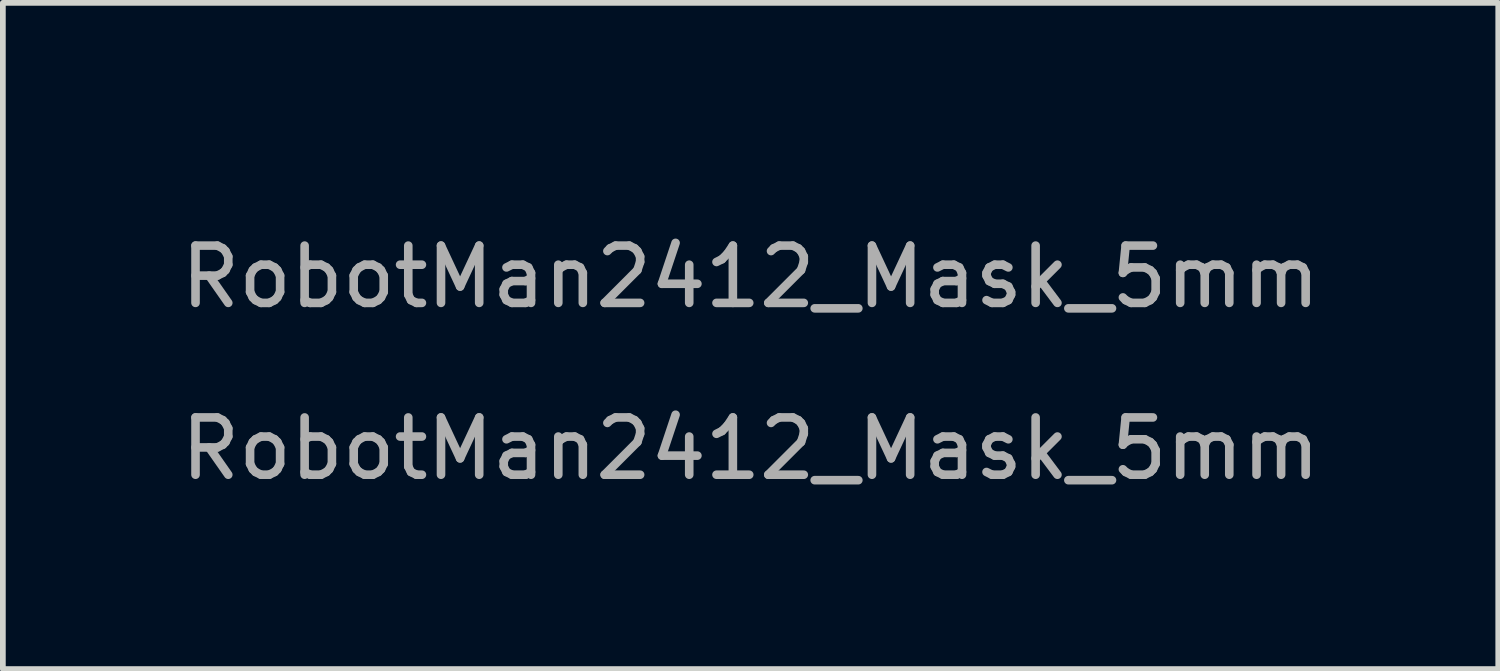
<source format=kicad_pcb>
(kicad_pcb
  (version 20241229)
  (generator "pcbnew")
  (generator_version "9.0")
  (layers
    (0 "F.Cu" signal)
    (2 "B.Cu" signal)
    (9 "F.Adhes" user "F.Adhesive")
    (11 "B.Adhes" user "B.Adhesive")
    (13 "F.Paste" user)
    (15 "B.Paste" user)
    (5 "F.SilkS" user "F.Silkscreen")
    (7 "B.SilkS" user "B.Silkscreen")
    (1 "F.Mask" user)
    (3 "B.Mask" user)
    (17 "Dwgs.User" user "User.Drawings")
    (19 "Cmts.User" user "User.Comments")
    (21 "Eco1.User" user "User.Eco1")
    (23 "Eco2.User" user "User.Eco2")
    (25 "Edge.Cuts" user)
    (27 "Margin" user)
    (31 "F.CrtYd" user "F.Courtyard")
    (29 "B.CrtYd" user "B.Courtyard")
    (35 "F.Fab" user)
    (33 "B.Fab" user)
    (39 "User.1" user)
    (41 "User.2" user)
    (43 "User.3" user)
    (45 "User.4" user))
  (footprint "RobotMan2412_Mask_5mm"
    (layer "F.Cu")
    (at 10.054 2.283)
    (property "Reference" "RobotMan2412_Mask_5mm" (at 0 -0.5 0) (unlocked yes) (layer "F.Fab") (effects (font (size 1 1) (thickness 0.15))))
    (attr smd)
    (fp_poly (pts (xy -0.938 -2.25) (xy -0.938 -2.25) (xy -0.938 -2.25)) (stroke (width 0.066) (type solid)) (fill yes) (layer "F.Mask"))
    (fp_poly (pts (xy -0.938 1.813) (xy -0.938 1.813) (xy -0.938 1.813)) (stroke (width 0.066) (type solid)) (fill yes) (layer "F.Mask"))
    (fp_poly (pts (xy -0.625 -2.25) (xy -0.625 -2.25) (xy -0.625 -2.25)) (stroke (width 0.066) (type solid)) (fill yes) (layer "F.Mask"))
    (fp_poly (pts (xy -0.625 1.813) (xy -0.625 1.813) (xy -0.625 1.813)) (stroke (width 0.066) (type solid)) (fill yes) (layer "F.Mask"))
    (fp_poly (pts (xy -0.313 -2.25) (xy -0.313 -2.25) (xy -0.313 -2.25)) (stroke (width 0.066) (type solid)) (fill yes) (layer "F.Mask"))
    (fp_poly (pts (xy -0.313 1.813) (xy -0.313 1.813) (xy -0.313 1.813)) (stroke (width 0.066) (type solid)) (fill yes) (layer "F.Mask"))
    (fp_poly (pts (xy -0.000027 -2.25) (xy -0.000031 -2.25) (xy -0.000024 -2.25)) (stroke (width 0.066) (type solid)) (fill yes) (layer "F.Mask"))
    (fp_poly (pts (xy -0.000027 1.813) (xy -0.00003 1.813) (xy -0.000024 1.813)) (stroke (width 0.066) (type solid)) (fill yes) (layer "F.Mask"))
    (fp_poly (pts (xy 0.312 -2.25) (xy 0.312 -2.25) (xy 0.312 -2.25)) (stroke (width 0.066) (type solid)) (fill yes) (layer "F.Mask"))
    (fp_poly (pts (xy 0.312 1.813) (xy 0.312 1.813) (xy 0.312 1.813)) (stroke (width 0.066) (type solid)) (fill yes) (layer "F.Mask"))
    (fp_poly (pts (xy 0.625 -2.25) (xy 0.625 -2.25) (xy 0.625 -2.25)) (stroke (width 0.066) (type solid)) (fill yes) (layer "F.Mask"))
    (fp_poly (pts (xy 0.625 1.813) (xy 0.625 1.813) (xy 0.625 1.813)) (stroke (width 0.066) (type solid)) (fill yes) (layer "F.Mask"))
    (fp_poly (pts (xy 0.938 -2.25) (xy 0.938 -2.25) (xy 0.938 -2.25)) (stroke (width 0.066) (type solid)) (fill yes) (layer "F.Mask"))
    (fp_poly (pts (xy 0.938 1.813) (xy 0.938 1.813) (xy 0.938 1.813)) (stroke (width 0.066) (type solid)) (fill yes) (layer "F.Mask"))
    (fp_poly (pts (xy -1.872 -0.062) (xy -1.869 -0.062) (xy -1.866 -0.062) (xy -1.863 -0.061) (xy -1.86 -0.061) (xy -1.857 -0.06) (xy -1.854 -0.059) (xy -1.851 -0.058) (xy -1.848 -0.057) (xy -1.846 -0.055) (xy -1.843 -0.054) (xy -1.84 -0.052) (xy -1.838 -0.05) (xy -1.835 -0.048) (xy -1.833 -0.046) (xy -1.831 -0.044) (xy -1.829 -0.042) (xy -1.827 -0.04) (xy -1.825 -0.037) (xy -1.823 -0.035) (xy -1.821 -0.032) (xy -1.82 -0.029) (xy -1.818 -0.027) (xy -1.817 -0.024) (xy -1.816 -0.021) (xy -1.815 -0.018) (xy -1.814 -0.015) (xy -1.814 -0.012) (xy -1.813 -0.009) (xy -1.813 -0.006) (xy -1.813 -0.003) (xy -1.812 -0.000024) (xy -1.813 0.003) (xy -1.813 0.006) (xy -1.813 0.009) (xy -1.814 0.012) (xy -1.814 0.015) (xy -1.815 0.018) (xy -1.816 0.021) (xy -1.817 0.024) (xy -1.818 0.027) (xy -1.82 0.029) (xy -1.821 0.032) (xy -1.823 0.035) (xy -1.825 0.037) (xy -1.827 0.04) (xy -1.829 0.042) (xy -1.831 0.044) (xy -1.833 0.046) (xy -1.835 0.048) (xy -1.838 0.05) (xy -1.84 0.052) (xy -1.843 0.054) (xy -1.846 0.055) (xy -1.848 0.057) (xy -1.851 0.058) (xy -1.854 0.059) (xy -1.857 0.06) (xy -1.86 0.061) (xy -1.863 0.061) (xy -1.866 0.062) (xy -1.869 0.062) (xy -1.872 0.062) (xy -1.875 0.063) (xy -2.187 0.063) (xy -2.191 0.062) (xy -2.194 0.062) (xy -2.197 0.062) (xy -2.2 0.061) (xy -2.203 0.061) (xy -2.206 0.06) (xy -2.209 0.059) (xy -2.211 0.058) (xy -2.214 0.057) (xy -2.217 0.055) (xy -2.22 0.054) (xy -2.222 0.052) (xy -2.225 0.05) (xy -2.227 0.048) (xy -2.229 0.046) (xy -2.232 0.044) (xy -2.234 0.042) (xy -2.236 0.04) (xy -2.238 0.037) (xy -2.24 0.035) (xy -2.241 0.032) (xy -2.243 0.029) (xy -2.244 0.027) (xy -2.245 0.024) (xy -2.246 0.021) (xy -2.247 0.018) (xy -2.248 0.015) (xy -2.249 0.012) (xy -2.249 0.009) (xy -2.25 0.006) (xy -2.25 0.003) (xy -2.25 -0.000024) (xy -2.25 -0.003) (xy -2.25 -0.006) (xy -2.249 -0.009) (xy -2.249 -0.012) (xy -2.248 -0.015) (xy -2.247 -0.018) (xy -2.246 -0.021) (xy -2.245 -0.024) (xy -2.244 -0.027) (xy -2.243 -0.029) (xy -2.241 -0.032) (xy -2.24 -0.035) (xy -2.238 -0.037) (xy -2.236 -0.04) (xy -2.234 -0.042) (xy -2.232 -0.044) (xy -2.229 -0.046) (xy -2.227 -0.048) (xy -2.225 -0.05) (xy -2.222 -0.052) (xy -2.22 -0.054) (xy -2.217 -0.055) (xy -2.214 -0.057) (xy -2.211 -0.058) (xy -2.209 -0.059) (xy -2.206 -0.06) (xy -2.203 -0.061) (xy -2.2 -0.061) (xy -2.197 -0.062) (xy -2.194 -0.062) (xy -2.191 -0.062) (xy -2.187 -0.063) (xy -1.875 -0.063)) (stroke (width 0.066) (type solid)) (fill yes) (layer "F.Mask"))
    (fp_poly (pts (xy -1.872 0.25) (xy -1.869 0.25) (xy -1.866 0.251) (xy -1.863 0.251) (xy -1.86 0.252) (xy -1.857 0.253) (xy -1.854 0.254) (xy -1.851 0.255) (xy -1.848 0.256) (xy -1.846 0.257) (xy -1.843 0.259) (xy -1.84 0.26) (xy -1.838 0.262) (xy -1.835 0.264) (xy -1.833 0.266) (xy -1.831 0.268) (xy -1.829 0.271) (xy -1.827 0.273) (xy -1.825 0.275) (xy -1.823 0.278) (xy -1.821 0.28) (xy -1.82 0.283) (xy -1.818 0.286) (xy -1.817 0.289) (xy -1.816 0.291) (xy -1.815 0.294) (xy -1.814 0.297) (xy -1.814 0.3) (xy -1.813 0.303) (xy -1.813 0.306) (xy -1.813 0.309) (xy -1.812 0.312) (xy -1.813 0.316) (xy -1.813 0.319) (xy -1.813 0.322) (xy -1.814 0.325) (xy -1.814 0.328) (xy -1.815 0.331) (xy -1.816 0.334) (xy -1.817 0.336) (xy -1.818 0.339) (xy -1.82 0.342) (xy -1.821 0.345) (xy -1.823 0.347) (xy -1.825 0.35) (xy -1.827 0.352) (xy -1.829 0.354) (xy -1.831 0.357) (xy -1.833 0.359) (xy -1.835 0.361) (xy -1.838 0.363) (xy -1.84 0.365) (xy -1.843 0.366) (xy -1.846 0.368) (xy -1.848 0.369) (xy -1.851 0.37) (xy -1.854 0.371) (xy -1.857 0.372) (xy -1.86 0.373) (xy -1.863 0.374) (xy -1.866 0.374) (xy -1.869 0.375) (xy -1.872 0.375) (xy -1.875 0.375) (xy -2.187 0.375) (xy -2.191 0.375) (xy -2.194 0.375) (xy -2.197 0.374) (xy -2.2 0.374) (xy -2.203 0.373) (xy -2.206 0.372) (xy -2.209 0.371) (xy -2.211 0.37) (xy -2.214 0.369) (xy -2.217 0.368) (xy -2.22 0.366) (xy -2.222 0.365) (xy -2.225 0.363) (xy -2.227 0.361) (xy -2.229 0.359) (xy -2.232 0.357) (xy -2.234 0.354) (xy -2.236 0.352) (xy -2.238 0.35) (xy -2.24 0.347) (xy -2.241 0.345) (xy -2.243 0.342) (xy -2.244 0.339) (xy -2.245 0.336) (xy -2.246 0.334) (xy -2.247 0.331) (xy -2.248 0.328) (xy -2.249 0.325) (xy -2.249 0.322) (xy -2.25 0.319) (xy -2.25 0.316) (xy -2.25 0.312) (xy -2.25 0.309) (xy -2.25 0.306) (xy -2.249 0.303) (xy -2.249 0.3) (xy -2.248 0.297) (xy -2.247 0.294) (xy -2.246 0.291) (xy -2.245 0.289) (xy -2.244 0.286) (xy -2.243 0.283) (xy -2.241 0.28) (xy -2.24 0.278) (xy -2.238 0.275) (xy -2.236 0.273) (xy -2.234 0.271) (xy -2.232 0.268) (xy -2.229 0.266) (xy -2.227 0.264) (xy -2.225 0.262) (xy -2.222 0.26) (xy -2.22 0.259) (xy -2.217 0.257) (xy -2.214 0.256) (xy -2.211 0.255) (xy -2.209 0.254) (xy -2.206 0.253) (xy -2.203 0.252) (xy -2.2 0.251) (xy -2.197 0.251) (xy -2.194 0.25) (xy -2.191 0.25) (xy -2.187 0.25) (xy -1.875 0.25)) (stroke (width 0.066) (type solid)) (fill yes) (layer "F.Mask"))
    (fp_poly (pts (xy -1.872 0.563) (xy -1.869 0.563) (xy -1.866 0.563) (xy -1.863 0.564) (xy -1.86 0.564) (xy -1.857 0.565) (xy -1.854 0.566) (xy -1.851 0.567) (xy -1.848 0.568) (xy -1.846 0.57) (xy -1.843 0.571) (xy -1.84 0.573) (xy -1.838 0.575) (xy -1.835 0.577) (xy -1.833 0.579) (xy -1.831 0.581) (xy -1.829 0.583) (xy -1.827 0.585) (xy -1.825 0.588) (xy -1.823 0.59) (xy -1.821 0.593) (xy -1.82 0.596) (xy -1.818 0.598) (xy -1.817 0.601) (xy -1.816 0.604) (xy -1.815 0.607) (xy -1.814 0.61) (xy -1.814 0.613) (xy -1.813 0.616) (xy -1.813 0.619) (xy -1.813 0.622) (xy -1.812 0.625) (xy -1.813 0.628) (xy -1.813 0.631) (xy -1.813 0.634) (xy -1.814 0.637) (xy -1.814 0.64) (xy -1.815 0.643) (xy -1.816 0.646) (xy -1.817 0.649) (xy -1.818 0.652) (xy -1.82 0.654) (xy -1.821 0.657) (xy -1.823 0.66) (xy -1.825 0.662) (xy -1.827 0.665) (xy -1.829 0.667) (xy -1.831 0.669) (xy -1.833 0.671) (xy -1.835 0.673) (xy -1.838 0.675) (xy -1.84 0.677) (xy -1.843 0.679) (xy -1.846 0.68) (xy -1.848 0.682) (xy -1.851 0.683) (xy -1.854 0.684) (xy -1.857 0.685) (xy -1.86 0.686) (xy -1.863 0.686) (xy -1.866 0.687) (xy -1.869 0.687) (xy -1.872 0.687) (xy -1.875 0.688) (xy -2.187 0.688) (xy -2.191 0.687) (xy -2.194 0.687) (xy -2.197 0.687) (xy -2.2 0.686) (xy -2.203 0.686) (xy -2.206 0.685) (xy -2.209 0.684) (xy -2.211 0.683) (xy -2.214 0.682) (xy -2.217 0.68) (xy -2.22 0.679) (xy -2.222 0.677) (xy -2.225 0.675) (xy -2.227 0.673) (xy -2.229 0.671) (xy -2.232 0.669) (xy -2.234 0.667) (xy -2.236 0.665) (xy -2.238 0.662) (xy -2.24 0.66) (xy -2.241 0.657) (xy -2.243 0.654) (xy -2.244 0.652) (xy -2.245 0.649) (xy -2.246 0.646) (xy -2.247 0.643) (xy -2.248 0.64) (xy -2.249 0.637) (xy -2.249 0.634) (xy -2.25 0.631) (xy -2.25 0.628) (xy -2.25 0.625) (xy -2.25 0.622) (xy -2.25 0.619) (xy -2.249 0.616) (xy -2.249 0.613) (xy -2.248 0.61) (xy -2.247 0.607) (xy -2.246 0.604) (xy -2.245 0.601) (xy -2.244 0.598) (xy -2.243 0.596) (xy -2.241 0.593) (xy -2.24 0.59) (xy -2.238 0.588) (xy -2.236 0.585) (xy -2.234 0.583) (xy -2.232 0.581) (xy -2.229 0.579) (xy -2.227 0.577) (xy -2.225 0.575) (xy -2.222 0.573) (xy -2.22 0.571) (xy -2.217 0.57) (xy -2.214 0.568) (xy -2.211 0.567) (xy -2.209 0.566) (xy -2.206 0.565) (xy -2.203 0.564) (xy -2.2 0.564) (xy -2.197 0.563) (xy -2.194 0.563) (xy -2.191 0.563) (xy -2.187 0.562) (xy -1.875 0.562)) (stroke (width 0.066) (type solid)) (fill yes) (layer "F.Mask"))
    (fp_poly (pts (xy -1.872 -1) (xy -1.869 -1) (xy -1.865 -0.999) (xy -1.862 -0.999) (xy -1.859 -0.998) (xy -1.856 -0.997) (xy -1.853 -0.996) (xy -1.851 -0.995) (xy -1.848 -0.994) (xy -1.845 -0.992) (xy -1.843 -0.991) (xy -1.84 -0.989) (xy -1.838 -0.988) (xy -1.835 -0.986) (xy -1.833 -0.984) (xy -1.831 -0.982) (xy -1.829 -0.98) (xy -1.827 -0.977) (xy -1.825 -0.975) (xy -1.823 -0.972) (xy -1.822 -0.97) (xy -1.82 -0.967) (xy -1.819 -0.965) (xy -1.817 -0.962) (xy -1.816 -0.959) (xy -1.815 -0.956) (xy -1.814 -0.953) (xy -1.814 -0.95) (xy -1.813 -0.947) (xy -1.813 -0.944) (xy -1.813 -0.941) (xy -1.812 -0.938) (xy -1.813 -0.934) (xy -1.813 -0.931) (xy -1.813 -0.928) (xy -1.814 -0.925) (xy -1.814 -0.922) (xy -1.815 -0.919) (xy -1.816 -0.916) (xy -1.817 -0.914) (xy -1.818 -0.911) (xy -1.82 -0.908) (xy -1.821 -0.905) (xy -1.823 -0.903) (xy -1.825 -0.9) (xy -1.827 -0.898) (xy -1.829 -0.896) (xy -1.831 -0.893) (xy -1.833 -0.891) (xy -1.835 -0.889) (xy -1.838 -0.887) (xy -1.84 -0.886) (xy -1.843 -0.884) (xy -1.846 -0.882) (xy -1.848 -0.881) (xy -1.851 -0.88) (xy -1.854 -0.879) (xy -1.857 -0.878) (xy -1.86 -0.877) (xy -1.863 -0.876) (xy -1.866 -0.876) (xy -1.869 -0.875) (xy -1.872 -0.875) (xy -1.875 -0.875) (xy -2.187 -0.875) (xy -2.191 -0.875) (xy -2.194 -0.875) (xy -2.197 -0.876) (xy -2.2 -0.876) (xy -2.203 -0.877) (xy -2.206 -0.878) (xy -2.209 -0.879) (xy -2.211 -0.88) (xy -2.214 -0.881) (xy -2.217 -0.882) (xy -2.22 -0.884) (xy -2.222 -0.886) (xy -2.225 -0.887) (xy -2.227 -0.889) (xy -2.229 -0.891) (xy -2.232 -0.893) (xy -2.234 -0.896) (xy -2.236 -0.898) (xy -2.238 -0.9) (xy -2.24 -0.903) (xy -2.241 -0.905) (xy -2.243 -0.908) (xy -2.244 -0.911) (xy -2.245 -0.914) (xy -2.246 -0.916) (xy -2.247 -0.919) (xy -2.248 -0.922) (xy -2.249 -0.925) (xy -2.249 -0.928) (xy -2.25 -0.931) (xy -2.25 -0.934) (xy -2.25 -0.938) (xy -2.25 -0.941) (xy -2.25 -0.944) (xy -2.249 -0.947) (xy -2.249 -0.95) (xy -2.248 -0.953) (xy -2.247 -0.956) (xy -2.246 -0.959) (xy -2.245 -0.962) (xy -2.244 -0.965) (xy -2.242 -0.967) (xy -2.241 -0.97) (xy -2.239 -0.972) (xy -2.238 -0.975) (xy -2.236 -0.977) (xy -2.234 -0.98) (xy -2.232 -0.982) (xy -2.229 -0.984) (xy -2.227 -0.986) (xy -2.225 -0.988) (xy -2.222 -0.989) (xy -2.22 -0.991) (xy -2.217 -0.992) (xy -2.215 -0.994) (xy -2.212 -0.995) (xy -2.209 -0.996) (xy -2.206 -0.997) (xy -2.203 -0.998) (xy -2.2 -0.999) (xy -2.197 -0.999) (xy -2.194 -1) (xy -2.191 -1) (xy -2.187 -1) (xy -1.875 -1)) (stroke (width 0.066) (type solid)) (fill yes) (layer "F.Mask"))
    (fp_poly (pts (xy -1.872 -0.687) (xy -1.869 -0.687) (xy -1.865 -0.687) (xy -1.862 -0.686) (xy -1.859 -0.685) (xy -1.856 -0.685) (xy -1.853 -0.684) (xy -1.851 -0.683) (xy -1.848 -0.681) (xy -1.845 -0.68) (xy -1.843 -0.678) (xy -1.84 -0.677) (xy -1.838 -0.675) (xy -1.835 -0.673) (xy -1.833 -0.671) (xy -1.831 -0.669) (xy -1.829 -0.667) (xy -1.827 -0.665) (xy -1.825 -0.662) (xy -1.823 -0.66) (xy -1.822 -0.657) (xy -1.82 -0.655) (xy -1.819 -0.652) (xy -1.817 -0.649) (xy -1.816 -0.647) (xy -1.815 -0.644) (xy -1.814 -0.641) (xy -1.814 -0.638) (xy -1.813 -0.635) (xy -1.813 -0.631) (xy -1.813 -0.628) (xy -1.812 -0.625) (xy -1.813 -0.622) (xy -1.813 -0.619) (xy -1.813 -0.616) (xy -1.814 -0.613) (xy -1.814 -0.61) (xy -1.815 -0.607) (xy -1.816 -0.604) (xy -1.817 -0.601) (xy -1.818 -0.598) (xy -1.82 -0.596) (xy -1.821 -0.593) (xy -1.823 -0.59) (xy -1.825 -0.588) (xy -1.827 -0.585) (xy -1.829 -0.583) (xy -1.831 -0.581) (xy -1.833 -0.579) (xy -1.835 -0.577) (xy -1.838 -0.575) (xy -1.84 -0.573) (xy -1.843 -0.571) (xy -1.846 -0.57) (xy -1.848 -0.569) (xy -1.851 -0.567) (xy -1.854 -0.566) (xy -1.857 -0.565) (xy -1.86 -0.564) (xy -1.863 -0.564) (xy -1.866 -0.563) (xy -1.869 -0.563) (xy -1.872 -0.563) (xy -1.875 -0.563) (xy -2.187 -0.563) (xy -2.191 -0.563) (xy -2.194 -0.563) (xy -2.197 -0.563) (xy -2.2 -0.564) (xy -2.203 -0.564) (xy -2.206 -0.565) (xy -2.209 -0.566) (xy -2.211 -0.567) (xy -2.214 -0.569) (xy -2.217 -0.57) (xy -2.22 -0.571) (xy -2.222 -0.573) (xy -2.225 -0.575) (xy -2.227 -0.577) (xy -2.229 -0.579) (xy -2.232 -0.581) (xy -2.234 -0.583) (xy -2.236 -0.585) (xy -2.238 -0.588) (xy -2.24 -0.59) (xy -2.241 -0.593) (xy -2.243 -0.596) (xy -2.244 -0.598) (xy -2.245 -0.601) (xy -2.246 -0.604) (xy -2.247 -0.607) (xy -2.248 -0.61) (xy -2.249 -0.613) (xy -2.249 -0.616) (xy -2.25 -0.619) (xy -2.25 -0.622) (xy -2.25 -0.625) (xy -2.25 -0.628) (xy -2.25 -0.631) (xy -2.249 -0.635) (xy -2.249 -0.638) (xy -2.248 -0.641) (xy -2.247 -0.644) (xy -2.246 -0.647) (xy -2.245 -0.649) (xy -2.244 -0.652) (xy -2.242 -0.655) (xy -2.241 -0.657) (xy -2.239 -0.66) (xy -2.238 -0.662) (xy -2.236 -0.665) (xy -2.234 -0.667) (xy -2.232 -0.669) (xy -2.229 -0.671) (xy -2.227 -0.673) (xy -2.225 -0.675) (xy -2.222 -0.677) (xy -2.22 -0.678) (xy -2.217 -0.68) (xy -2.215 -0.681) (xy -2.212 -0.683) (xy -2.209 -0.684) (xy -2.206 -0.685) (xy -2.203 -0.685) (xy -2.2 -0.686) (xy -2.197 -0.687) (xy -2.194 -0.687) (xy -2.191 -0.687) (xy -2.187 -0.687) (xy -1.875 -0.687)) (stroke (width 0.066) (type solid)) (fill yes) (layer "F.Mask"))
    (fp_poly (pts (xy -1.872 -0.375) (xy -1.869 -0.375) (xy -1.865 -0.374) (xy -1.862 -0.374) (xy -1.859 -0.373) (xy -1.856 -0.372) (xy -1.853 -0.371) (xy -1.851 -0.37) (xy -1.848 -0.369) (xy -1.845 -0.367) (xy -1.843 -0.366) (xy -1.84 -0.364) (xy -1.838 -0.363) (xy -1.835 -0.361) (xy -1.833 -0.359) (xy -1.831 -0.357) (xy -1.829 -0.355) (xy -1.827 -0.352) (xy -1.825 -0.35) (xy -1.823 -0.347) (xy -1.822 -0.345) (xy -1.82 -0.342) (xy -1.819 -0.34) (xy -1.817 -0.337) (xy -1.816 -0.334) (xy -1.815 -0.331) (xy -1.814 -0.328) (xy -1.814 -0.325) (xy -1.813 -0.322) (xy -1.813 -0.319) (xy -1.813 -0.316) (xy -1.812 -0.313) (xy -1.813 -0.309) (xy -1.813 -0.306) (xy -1.813 -0.303) (xy -1.814 -0.3) (xy -1.814 -0.297) (xy -1.815 -0.294) (xy -1.816 -0.291) (xy -1.817 -0.289) (xy -1.818 -0.286) (xy -1.82 -0.283) (xy -1.821 -0.28) (xy -1.823 -0.278) (xy -1.825 -0.275) (xy -1.827 -0.273) (xy -1.829 -0.271) (xy -1.831 -0.268) (xy -1.833 -0.266) (xy -1.835 -0.264) (xy -1.838 -0.262) (xy -1.84 -0.261) (xy -1.843 -0.259) (xy -1.846 -0.257) (xy -1.848 -0.256) (xy -1.851 -0.255) (xy -1.854 -0.254) (xy -1.857 -0.253) (xy -1.86 -0.252) (xy -1.863 -0.251) (xy -1.866 -0.251) (xy -1.869 -0.25) (xy -1.872 -0.25) (xy -1.875 -0.25) (xy -2.187 -0.25) (xy -2.191 -0.25) (xy -2.194 -0.25) (xy -2.197 -0.251) (xy -2.2 -0.251) (xy -2.203 -0.252) (xy -2.206 -0.253) (xy -2.209 -0.254) (xy -2.211 -0.255) (xy -2.214 -0.256) (xy -2.217 -0.257) (xy -2.22 -0.259) (xy -2.222 -0.261) (xy -2.225 -0.262) (xy -2.227 -0.264) (xy -2.229 -0.266) (xy -2.232 -0.268) (xy -2.234 -0.271) (xy -2.236 -0.273) (xy -2.238 -0.275) (xy -2.24 -0.278) (xy -2.241 -0.28) (xy -2.243 -0.283) (xy -2.244 -0.286) (xy -2.245 -0.289) (xy -2.246 -0.291) (xy -2.247 -0.294) (xy -2.248 -0.297) (xy -2.249 -0.3) (xy -2.249 -0.303) (xy -2.25 -0.306) (xy -2.25 -0.309) (xy -2.25 -0.313) (xy -2.25 -0.316) (xy -2.25 -0.319) (xy -2.249 -0.322) (xy -2.249 -0.325) (xy -2.248 -0.328) (xy -2.247 -0.331) (xy -2.246 -0.334) (xy -2.245 -0.337) (xy -2.244 -0.34) (xy -2.242 -0.342) (xy -2.241 -0.345) (xy -2.239 -0.347) (xy -2.238 -0.35) (xy -2.236 -0.352) (xy -2.234 -0.355) (xy -2.232 -0.357) (xy -2.229 -0.359) (xy -2.227 -0.361) (xy -2.225 -0.363) (xy -2.222 -0.364) (xy -2.22 -0.366) (xy -2.217 -0.367) (xy -2.215 -0.369) (xy -2.212 -0.37) (xy -2.209 -0.371) (xy -2.206 -0.372) (xy -2.203 -0.373) (xy -2.2 -0.374) (xy -2.197 -0.374) (xy -2.194 -0.375) (xy -2.191 -0.375) (xy -2.187 -0.375) (xy -1.875 -0.375)) (stroke (width 0.066) (type solid)) (fill yes) (layer "F.Mask"))
    (fp_poly (pts (xy 0.941 -2.25) (xy 0.944 -2.25) (xy 0.947 -2.249) (xy 0.95 -2.249) (xy 0.953 -2.248) (xy 0.956 -2.247) (xy 0.959 -2.246) (xy 0.961 -2.245) (xy 0.964 -2.244) (xy 0.967 -2.243) (xy 0.97 -2.241) (xy 0.972 -2.24) (xy 0.975 -2.238) (xy 0.977 -2.236) (xy 0.979 -2.234) (xy 0.982 -2.232) (xy 0.984 -2.229) (xy 0.986 -2.227) (xy 0.988 -2.225) (xy 0.99 -2.222) (xy 0.991 -2.22) (xy 0.993 -2.217) (xy 0.994 -2.214) (xy 0.995 -2.211) (xy 0.996 -2.209) (xy 0.997 -2.206) (xy 0.998 -2.203) (xy 0.999 -2.2) (xy 0.999 -2.197) (xy 1 -2.194) (xy 1 -2.191) (xy 1 -2.187) (xy 1 -1.875) (xy 1 -1.872) (xy 1 -1.869) (xy 0.999 -1.866) (xy 0.999 -1.863) (xy 0.998 -1.86) (xy 0.997 -1.857) (xy 0.996 -1.854) (xy 0.995 -1.851) (xy 0.994 -1.848) (xy 0.993 -1.846) (xy 0.991 -1.843) (xy 0.99 -1.84) (xy 0.988 -1.838) (xy 0.986 -1.835) (xy 0.984 -1.833) (xy 0.982 -1.831) (xy 0.979 -1.829) (xy 0.977 -1.827) (xy 0.975 -1.825) (xy 0.972 -1.823) (xy 0.97 -1.821) (xy 0.967 -1.82) (xy 0.964 -1.818) (xy 0.961 -1.817) (xy 0.959 -1.816) (xy 0.956 -1.815) (xy 0.953 -1.814) (xy 0.95 -1.814) (xy 0.947 -1.813) (xy 0.944 -1.813) (xy 0.941 -1.813) (xy 0.938 -1.812) (xy 0.934 -1.813) (xy 0.931 -1.813) (xy 0.928 -1.813) (xy 0.925 -1.814) (xy 0.922 -1.814) (xy 0.919 -1.815) (xy 0.916 -1.816) (xy 0.914 -1.817) (xy 0.911 -1.818) (xy 0.908 -1.82) (xy 0.905 -1.821) (xy 0.903 -1.823) (xy 0.9 -1.825) (xy 0.898 -1.827) (xy 0.896 -1.829) (xy 0.893 -1.831) (xy 0.891 -1.833) (xy 0.889 -1.835) (xy 0.887 -1.838) (xy 0.885 -1.84) (xy 0.884 -1.843) (xy 0.882 -1.846) (xy 0.881 -1.848) (xy 0.88 -1.851) (xy 0.879 -1.854) (xy 0.878 -1.857) (xy 0.877 -1.86) (xy 0.876 -1.863) (xy 0.876 -1.866) (xy 0.875 -1.869) (xy 0.875 -1.872) (xy 0.875 -1.875) (xy 0.875 -2.187) (xy 0.875 -2.191) (xy 0.875 -2.194) (xy 0.876 -2.197) (xy 0.876 -2.2) (xy 0.877 -2.203) (xy 0.878 -2.206) (xy 0.879 -2.209) (xy 0.88 -2.211) (xy 0.881 -2.214) (xy 0.882 -2.217) (xy 0.884 -2.22) (xy 0.885 -2.222) (xy 0.887 -2.225) (xy 0.889 -2.227) (xy 0.891 -2.229) (xy 0.893 -2.232) (xy 0.896 -2.234) (xy 0.898 -2.236) (xy 0.9 -2.238) (xy 0.903 -2.24) (xy 0.905 -2.241) (xy 0.908 -2.243) (xy 0.911 -2.244) (xy 0.914 -2.245) (xy 0.916 -2.246) (xy 0.919 -2.247) (xy 0.922 -2.248) (xy 0.925 -2.249) (xy 0.928 -2.249) (xy 0.931 -2.25) (xy 0.934 -2.25) (xy 0.938 -2.25)) (stroke (width 0.066) (type solid)) (fill yes) (layer "F.Mask"))
    (fp_poly (pts (xy 0.941 1.813) (xy 0.944 1.813) (xy 0.947 1.813) (xy 0.95 1.814) (xy 0.953 1.814) (xy 0.956 1.815) (xy 0.959 1.816) (xy 0.961 1.817) (xy 0.964 1.819) (xy 0.967 1.82) (xy 0.97 1.821) (xy 0.972 1.823) (xy 0.975 1.825) (xy 0.977 1.827) (xy 0.979 1.829) (xy 0.982 1.831) (xy 0.984 1.833) (xy 0.986 1.835) (xy 0.988 1.838) (xy 0.99 1.84) (xy 0.991 1.843) (xy 0.993 1.846) (xy 0.994 1.848) (xy 0.995 1.851) (xy 0.996 1.854) (xy 0.997 1.857) (xy 0.998 1.86) (xy 0.999 1.863) (xy 0.999 1.866) (xy 1 1.869) (xy 1 1.872) (xy 1 1.875) (xy 1 2.187) (xy 1 2.191) (xy 1 2.194) (xy 0.999 2.197) (xy 0.999 2.2) (xy 0.998 2.203) (xy 0.997 2.206) (xy 0.996 2.209) (xy 0.995 2.211) (xy 0.994 2.214) (xy 0.993 2.217) (xy 0.991 2.22) (xy 0.99 2.222) (xy 0.988 2.225) (xy 0.986 2.227) (xy 0.984 2.229) (xy 0.982 2.232) (xy 0.979 2.234) (xy 0.977 2.236) (xy 0.975 2.238) (xy 0.972 2.239) (xy 0.97 2.241) (xy 0.967 2.243) (xy 0.964 2.244) (xy 0.961 2.245) (xy 0.959 2.246) (xy 0.956 2.247) (xy 0.953 2.248) (xy 0.95 2.249) (xy 0.947 2.249) (xy 0.944 2.25) (xy 0.941 2.25) (xy 0.938 2.25) (xy 0.934 2.25) (xy 0.931 2.25) (xy 0.928 2.249) (xy 0.925 2.249) (xy 0.922 2.248) (xy 0.919 2.247) (xy 0.916 2.246) (xy 0.914 2.245) (xy 0.911 2.244) (xy 0.908 2.243) (xy 0.905 2.241) (xy 0.903 2.239) (xy 0.9 2.238) (xy 0.898 2.236) (xy 0.896 2.234) (xy 0.893 2.232) (xy 0.891 2.229) (xy 0.889 2.227) (xy 0.887 2.225) (xy 0.885 2.222) (xy 0.884 2.22) (xy 0.882 2.217) (xy 0.881 2.214) (xy 0.88 2.211) (xy 0.879 2.209) (xy 0.878 2.206) (xy 0.877 2.203) (xy 0.876 2.2) (xy 0.876 2.197) (xy 0.875 2.194) (xy 0.875 2.191) (xy 0.875 2.187) (xy 0.875 1.875) (xy 0.875 1.872) (xy 0.875 1.869) (xy 0.876 1.866) (xy 0.876 1.863) (xy 0.877 1.86) (xy 0.878 1.857) (xy 0.879 1.854) (xy 0.88 1.851) (xy 0.881 1.848) (xy 0.882 1.846) (xy 0.884 1.843) (xy 0.885 1.84) (xy 0.887 1.838) (xy 0.889 1.835) (xy 0.891 1.833) (xy 0.893 1.831) (xy 0.896 1.829) (xy 0.898 1.827) (xy 0.9 1.825) (xy 0.903 1.823) (xy 0.905 1.821) (xy 0.908 1.82) (xy 0.911 1.819) (xy 0.914 1.817) (xy 0.916 1.816) (xy 0.919 1.815) (xy 0.922 1.814) (xy 0.925 1.814) (xy 0.928 1.813) (xy 0.931 1.813) (xy 0.934 1.813) (xy 0.938 1.813)) (stroke (width 0.066) (type solid)) (fill yes) (layer "F.Mask"))
    (fp_poly (pts (xy 2.191 -0.062) (xy 2.194 -0.062) (xy 2.197 -0.062) (xy 2.2 -0.061) (xy 2.203 -0.061) (xy 2.206 -0.06) (xy 2.209 -0.059) (xy 2.211 -0.058) (xy 2.214 -0.057) (xy 2.217 -0.055) (xy 2.22 -0.054) (xy 2.222 -0.052) (xy 2.225 -0.05) (xy 2.227 -0.048) (xy 2.229 -0.046) (xy 2.232 -0.044) (xy 2.234 -0.042) (xy 2.236 -0.04) (xy 2.238 -0.037) (xy 2.239 -0.035) (xy 2.241 -0.032) (xy 2.243 -0.029) (xy 2.244 -0.027) (xy 2.245 -0.024) (xy 2.246 -0.021) (xy 2.247 -0.018) (xy 2.248 -0.015) (xy 2.249 -0.012) (xy 2.249 -0.009) (xy 2.25 -0.006) (xy 2.25 -0.003) (xy 2.25 -0.000024) (xy 2.25 0.003) (xy 2.25 0.006) (xy 2.249 0.009) (xy 2.249 0.012) (xy 2.248 0.015) (xy 2.247 0.018) (xy 2.246 0.021) (xy 2.245 0.024) (xy 2.244 0.027) (xy 2.243 0.029) (xy 2.241 0.032) (xy 2.239 0.035) (xy 2.238 0.037) (xy 2.236 0.04) (xy 2.234 0.042) (xy 2.232 0.044) (xy 2.229 0.046) (xy 2.227 0.048) (xy 2.225 0.05) (xy 2.222 0.052) (xy 2.22 0.054) (xy 2.217 0.055) (xy 2.214 0.057) (xy 2.211 0.058) (xy 2.209 0.059) (xy 2.206 0.06) (xy 2.203 0.061) (xy 2.2 0.061) (xy 2.197 0.062) (xy 2.194 0.062) (xy 2.191 0.062) (xy 2.187 0.063) (xy 1.875 0.063) (xy 1.872 0.062) (xy 1.869 0.062) (xy 1.866 0.062) (xy 1.863 0.061) (xy 1.86 0.061) (xy 1.857 0.06) (xy 1.854 0.059) (xy 1.851 0.058) (xy 1.848 0.057) (xy 1.846 0.055) (xy 1.843 0.054) (xy 1.84 0.052) (xy 1.838 0.05) (xy 1.835 0.048) (xy 1.833 0.046) (xy 1.831 0.044) (xy 1.829 0.042) (xy 1.827 0.04) (xy 1.825 0.037) (xy 1.823 0.035) (xy 1.821 0.032) (xy 1.82 0.029) (xy 1.819 0.027) (xy 1.817 0.024) (xy 1.816 0.021) (xy 1.815 0.018) (xy 1.814 0.015) (xy 1.814 0.012) (xy 1.813 0.009) (xy 1.813 0.006) (xy 1.813 0.003) (xy 1.813 -0.000024) (xy 1.813 -0.003) (xy 1.813 -0.006) (xy 1.813 -0.009) (xy 1.814 -0.012) (xy 1.814 -0.015) (xy 1.815 -0.018) (xy 1.816 -0.021) (xy 1.817 -0.024) (xy 1.819 -0.027) (xy 1.82 -0.029) (xy 1.821 -0.032) (xy 1.823 -0.035) (xy 1.825 -0.037) (xy 1.827 -0.04) (xy 1.829 -0.042) (xy 1.831 -0.044) (xy 1.833 -0.046) (xy 1.835 -0.048) (xy 1.838 -0.05) (xy 1.84 -0.052) (xy 1.843 -0.054) (xy 1.846 -0.055) (xy 1.848 -0.057) (xy 1.851 -0.058) (xy 1.854 -0.059) (xy 1.857 -0.06) (xy 1.86 -0.061) (xy 1.863 -0.061) (xy 1.866 -0.062) (xy 1.869 -0.062) (xy 1.872 -0.062) (xy 1.875 -0.063) (xy 2.187 -0.063)) (stroke (width 0.066) (type solid)) (fill yes) (layer "F.Mask"))
    (fp_poly (pts (xy 2.191 0.25) (xy 2.194 0.25) (xy 2.197 0.251) (xy 2.2 0.251) (xy 2.203 0.252) (xy 2.206 0.253) (xy 2.209 0.254) (xy 2.211 0.255) (xy 2.214 0.256) (xy 2.217 0.257) (xy 2.22 0.259) (xy 2.222 0.26) (xy 2.225 0.262) (xy 2.227 0.264) (xy 2.229 0.266) (xy 2.232 0.268) (xy 2.234 0.271) (xy 2.236 0.273) (xy 2.238 0.275) (xy 2.239 0.278) (xy 2.241 0.28) (xy 2.243 0.283) (xy 2.244 0.286) (xy 2.245 0.289) (xy 2.246 0.291) (xy 2.247 0.294) (xy 2.248 0.297) (xy 2.249 0.3) (xy 2.249 0.303) (xy 2.25 0.306) (xy 2.25 0.309) (xy 2.25 0.312) (xy 2.25 0.316) (xy 2.25 0.319) (xy 2.249 0.322) (xy 2.249 0.325) (xy 2.248 0.328) (xy 2.247 0.331) (xy 2.246 0.334) (xy 2.245 0.336) (xy 2.244 0.339) (xy 2.243 0.342) (xy 2.241 0.345) (xy 2.239 0.347) (xy 2.238 0.35) (xy 2.236 0.352) (xy 2.234 0.354) (xy 2.232 0.357) (xy 2.229 0.359) (xy 2.227 0.361) (xy 2.225 0.363) (xy 2.222 0.365) (xy 2.22 0.366) (xy 2.217 0.368) (xy 2.214 0.369) (xy 2.211 0.37) (xy 2.209 0.371) (xy 2.206 0.372) (xy 2.203 0.373) (xy 2.2 0.374) (xy 2.197 0.374) (xy 2.194 0.375) (xy 2.191 0.375) (xy 2.187 0.375) (xy 1.875 0.375) (xy 1.872 0.375) (xy 1.869 0.375) (xy 1.866 0.374) (xy 1.863 0.374) (xy 1.86 0.373) (xy 1.857 0.372) (xy 1.854 0.371) (xy 1.851 0.37) (xy 1.848 0.369) (xy 1.846 0.368) (xy 1.843 0.366) (xy 1.84 0.365) (xy 1.838 0.363) (xy 1.835 0.361) (xy 1.833 0.359) (xy 1.831 0.357) (xy 1.829 0.354) (xy 1.827 0.352) (xy 1.825 0.35) (xy 1.823 0.347) (xy 1.821 0.345) (xy 1.82 0.342) (xy 1.819 0.339) (xy 1.817 0.336) (xy 1.816 0.334) (xy 1.815 0.331) (xy 1.814 0.328) (xy 1.814 0.325) (xy 1.813 0.322) (xy 1.813 0.319) (xy 1.813 0.316) (xy 1.813 0.312) (xy 1.813 0.309) (xy 1.813 0.306) (xy 1.813 0.303) (xy 1.814 0.3) (xy 1.814 0.297) (xy 1.815 0.294) (xy 1.816 0.291) (xy 1.817 0.289) (xy 1.819 0.286) (xy 1.82 0.283) (xy 1.821 0.28) (xy 1.823 0.278) (xy 1.825 0.275) (xy 1.827 0.273) (xy 1.829 0.271) (xy 1.831 0.268) (xy 1.833 0.266) (xy 1.835 0.264) (xy 1.838 0.262) (xy 1.84 0.26) (xy 1.843 0.259) (xy 1.846 0.257) (xy 1.848 0.256) (xy 1.851 0.255) (xy 1.854 0.254) (xy 1.857 0.253) (xy 1.86 0.252) (xy 1.863 0.251) (xy 1.866 0.251) (xy 1.869 0.25) (xy 1.872 0.25) (xy 1.875 0.25) (xy 2.187 0.25)) (stroke (width 0.066) (type solid)) (fill yes) (layer "F.Mask"))
    (fp_poly (pts (xy 2.191 0.563) (xy 2.194 0.563) (xy 2.197 0.563) (xy 2.2 0.564) (xy 2.203 0.564) (xy 2.206 0.565) (xy 2.209 0.566) (xy 2.211 0.567) (xy 2.214 0.568) (xy 2.217 0.57) (xy 2.22 0.571) (xy 2.222 0.573) (xy 2.225 0.575) (xy 2.227 0.577) (xy 2.229 0.579) (xy 2.232 0.581) (xy 2.234 0.583) (xy 2.236 0.585) (xy 2.238 0.588) (xy 2.239 0.59) (xy 2.241 0.593) (xy 2.243 0.596) (xy 2.244 0.598) (xy 2.245 0.601) (xy 2.246 0.604) (xy 2.247 0.607) (xy 2.248 0.61) (xy 2.249 0.613) (xy 2.249 0.616) (xy 2.25 0.619) (xy 2.25 0.622) (xy 2.25 0.625) (xy 2.25 0.628) (xy 2.25 0.631) (xy 2.249 0.634) (xy 2.249 0.637) (xy 2.248 0.64) (xy 2.247 0.643) (xy 2.246 0.646) (xy 2.245 0.649) (xy 2.244 0.652) (xy 2.243 0.654) (xy 2.241 0.657) (xy 2.239 0.66) (xy 2.238 0.662) (xy 2.236 0.665) (xy 2.234 0.667) (xy 2.232 0.669) (xy 2.229 0.671) (xy 2.227 0.673) (xy 2.225 0.675) (xy 2.222 0.677) (xy 2.22 0.679) (xy 2.217 0.68) (xy 2.214 0.682) (xy 2.211 0.683) (xy 2.209 0.684) (xy 2.206 0.685) (xy 2.203 0.686) (xy 2.2 0.686) (xy 2.197 0.687) (xy 2.194 0.687) (xy 2.191 0.687) (xy 2.187 0.688) (xy 1.875 0.688) (xy 1.872 0.687) (xy 1.869 0.687) (xy 1.866 0.687) (xy 1.863 0.686) (xy 1.86 0.686) (xy 1.857 0.685) (xy 1.854 0.684) (xy 1.851 0.683) (xy 1.848 0.682) (xy 1.846 0.68) (xy 1.843 0.679) (xy 1.84 0.677) (xy 1.838 0.675) (xy 1.835 0.673) (xy 1.833 0.671) (xy 1.831 0.669) (xy 1.829 0.667) (xy 1.827 0.665) (xy 1.825 0.662) (xy 1.823 0.66) (xy 1.821 0.657) (xy 1.82 0.654) (xy 1.819 0.652) (xy 1.817 0.649) (xy 1.816 0.646) (xy 1.815 0.643) (xy 1.814 0.64) (xy 1.814 0.637) (xy 1.813 0.634) (xy 1.813 0.631) (xy 1.813 0.628) (xy 1.813 0.625) (xy 1.813 0.622) (xy 1.813 0.619) (xy 1.813 0.616) (xy 1.814 0.613) (xy 1.814 0.61) (xy 1.815 0.607) (xy 1.816 0.604) (xy 1.817 0.601) (xy 1.819 0.598) (xy 1.82 0.596) (xy 1.821 0.593) (xy 1.823 0.59) (xy 1.825 0.588) (xy 1.827 0.585) (xy 1.829 0.583) (xy 1.831 0.581) (xy 1.833 0.579) (xy 1.835 0.577) (xy 1.838 0.575) (xy 1.84 0.573) (xy 1.843 0.571) (xy 1.846 0.57) (xy 1.848 0.568) (xy 1.851 0.567) (xy 1.854 0.566) (xy 1.857 0.565) (xy 1.86 0.564) (xy 1.863 0.564) (xy 1.866 0.563) (xy 1.869 0.563) (xy 1.872 0.563) (xy 1.875 0.562) (xy 2.187 0.562)) (stroke (width 0.066) (type solid)) (fill yes) (layer "F.Mask"))
    (fp_poly (pts (xy 2.191 -1) (xy 2.194 -1) (xy 2.197 -0.999) (xy 2.2 -0.999) (xy 2.203 -0.998) (xy 2.206 -0.997) (xy 2.209 -0.996) (xy 2.212 -0.995) (xy 2.215 -0.994) (xy 2.217 -0.992) (xy 2.22 -0.991) (xy 2.222 -0.989) (xy 2.225 -0.988) (xy 2.227 -0.986) (xy 2.229 -0.984) (xy 2.232 -0.982) (xy 2.234 -0.98) (xy 2.236 -0.977) (xy 2.238 -0.975) (xy 2.239 -0.972) (xy 2.241 -0.97) (xy 2.242 -0.967) (xy 2.244 -0.965) (xy 2.245 -0.962) (xy 2.246 -0.959) (xy 2.247 -0.956) (xy 2.248 -0.953) (xy 2.249 -0.95) (xy 2.249 -0.947) (xy 2.25 -0.944) (xy 2.25 -0.941) (xy 2.25 -0.938) (xy 2.25 -0.934) (xy 2.25 -0.931) (xy 2.249 -0.928) (xy 2.249 -0.925) (xy 2.248 -0.922) (xy 2.247 -0.919) (xy 2.246 -0.916) (xy 2.245 -0.914) (xy 2.244 -0.911) (xy 2.243 -0.908) (xy 2.241 -0.905) (xy 2.239 -0.903) (xy 2.238 -0.9) (xy 2.236 -0.898) (xy 2.234 -0.896) (xy 2.232 -0.893) (xy 2.229 -0.891) (xy 2.227 -0.889) (xy 2.225 -0.887) (xy 2.222 -0.886) (xy 2.22 -0.884) (xy 2.217 -0.882) (xy 2.214 -0.881) (xy 2.211 -0.88) (xy 2.209 -0.879) (xy 2.206 -0.878) (xy 2.203 -0.877) (xy 2.2 -0.876) (xy 2.197 -0.876) (xy 2.194 -0.875) (xy 2.191 -0.875) (xy 2.187 -0.875) (xy 1.875 -0.875) (xy 1.872 -0.875) (xy 1.869 -0.875) (xy 1.866 -0.876) (xy 1.863 -0.876) (xy 1.86 -0.877) (xy 1.857 -0.878) (xy 1.854 -0.879) (xy 1.851 -0.88) (xy 1.848 -0.881) (xy 1.846 -0.882) (xy 1.843 -0.884) (xy 1.84 -0.886) (xy 1.838 -0.887) (xy 1.835 -0.889) (xy 1.833 -0.891) (xy 1.831 -0.893) (xy 1.829 -0.896) (xy 1.827 -0.898) (xy 1.825 -0.9) (xy 1.823 -0.903) (xy 1.821 -0.905) (xy 1.82 -0.908) (xy 1.819 -0.911) (xy 1.817 -0.914) (xy 1.816 -0.916) (xy 1.815 -0.919) (xy 1.814 -0.922) (xy 1.814 -0.925) (xy 1.813 -0.928) (xy 1.813 -0.931) (xy 1.813 -0.934) (xy 1.813 -0.938) (xy 1.813 -0.941) (xy 1.813 -0.944) (xy 1.813 -0.947) (xy 1.814 -0.95) (xy 1.815 -0.953) (xy 1.815 -0.956) (xy 1.816 -0.959) (xy 1.817 -0.962) (xy 1.819 -0.965) (xy 1.82 -0.967) (xy 1.822 -0.97) (xy 1.823 -0.972) (xy 1.825 -0.975) (xy 1.827 -0.977) (xy 1.829 -0.98) (xy 1.831 -0.982) (xy 1.833 -0.984) (xy 1.835 -0.986) (xy 1.838 -0.988) (xy 1.84 -0.989) (xy 1.843 -0.991) (xy 1.845 -0.992) (xy 1.848 -0.994) (xy 1.851 -0.995) (xy 1.854 -0.996) (xy 1.856 -0.997) (xy 1.859 -0.998) (xy 1.862 -0.999) (xy 1.866 -0.999) (xy 1.869 -1) (xy 1.872 -1) (xy 1.875 -1) (xy 2.187 -1)) (stroke (width 0.066) (type solid)) (fill yes) (layer "F.Mask"))
    (fp_poly (pts (xy 2.191 -0.687) (xy 2.194 -0.687) (xy 2.197 -0.687) (xy 2.2 -0.686) (xy 2.203 -0.685) (xy 2.206 -0.685) (xy 2.209 -0.684) (xy 2.212 -0.683) (xy 2.215 -0.681) (xy 2.217 -0.68) (xy 2.22 -0.678) (xy 2.222 -0.677) (xy 2.225 -0.675) (xy 2.227 -0.673) (xy 2.229 -0.671) (xy 2.232 -0.669) (xy 2.234 -0.667) (xy 2.236 -0.665) (xy 2.238 -0.662) (xy 2.239 -0.66) (xy 2.241 -0.657) (xy 2.242 -0.655) (xy 2.244 -0.652) (xy 2.245 -0.649) (xy 2.246 -0.647) (xy 2.247 -0.644) (xy 2.248 -0.641) (xy 2.249 -0.638) (xy 2.249 -0.635) (xy 2.25 -0.631) (xy 2.25 -0.628) (xy 2.25 -0.625) (xy 2.25 -0.622) (xy 2.25 -0.619) (xy 2.249 -0.616) (xy 2.249 -0.613) (xy 2.248 -0.61) (xy 2.247 -0.607) (xy 2.246 -0.604) (xy 2.245 -0.601) (xy 2.244 -0.598) (xy 2.243 -0.596) (xy 2.241 -0.593) (xy 2.239 -0.59) (xy 2.238 -0.588) (xy 2.236 -0.585) (xy 2.234 -0.583) (xy 2.232 -0.581) (xy 2.229 -0.579) (xy 2.227 -0.577) (xy 2.225 -0.575) (xy 2.222 -0.573) (xy 2.22 -0.571) (xy 2.217 -0.57) (xy 2.214 -0.569) (xy 2.211 -0.567) (xy 2.209 -0.566) (xy 2.206 -0.565) (xy 2.203 -0.564) (xy 2.2 -0.564) (xy 2.197 -0.563) (xy 2.194 -0.563) (xy 2.191 -0.563) (xy 2.187 -0.563) (xy 1.875 -0.563) (xy 1.872 -0.563) (xy 1.869 -0.563) (xy 1.866 -0.563) (xy 1.863 -0.564) (xy 1.86 -0.564) (xy 1.857 -0.565) (xy 1.854 -0.566) (xy 1.851 -0.567) (xy 1.848 -0.569) (xy 1.846 -0.57) (xy 1.843 -0.571) (xy 1.84 -0.573) (xy 1.838 -0.575) (xy 1.835 -0.577) (xy 1.833 -0.579) (xy 1.831 -0.581) (xy 1.829 -0.583) (xy 1.827 -0.585) (xy 1.825 -0.588) (xy 1.823 -0.59) (xy 1.821 -0.593) (xy 1.82 -0.596) (xy 1.819 -0.598) (xy 1.817 -0.601) (xy 1.816 -0.604) (xy 1.815 -0.607) (xy 1.814 -0.61) (xy 1.814 -0.613) (xy 1.813 -0.616) (xy 1.813 -0.619) (xy 1.813 -0.622) (xy 1.813 -0.625) (xy 1.813 -0.628) (xy 1.813 -0.631) (xy 1.813 -0.635) (xy 1.814 -0.638) (xy 1.815 -0.641) (xy 1.815 -0.644) (xy 1.816 -0.647) (xy 1.817 -0.649) (xy 1.819 -0.652) (xy 1.82 -0.655) (xy 1.822 -0.657) (xy 1.823 -0.66) (xy 1.825 -0.662) (xy 1.827 -0.665) (xy 1.829 -0.667) (xy 1.831 -0.669) (xy 1.833 -0.671) (xy 1.835 -0.673) (xy 1.838 -0.675) (xy 1.84 -0.677) (xy 1.843 -0.678) (xy 1.845 -0.68) (xy 1.848 -0.681) (xy 1.851 -0.683) (xy 1.854 -0.684) (xy 1.856 -0.685) (xy 1.859 -0.685) (xy 1.862 -0.686) (xy 1.866 -0.687) (xy 1.869 -0.687) (xy 1.872 -0.687) (xy 1.875 -0.687) (xy 2.187 -0.687)) (stroke (width 0.066) (type solid)) (fill yes) (layer "F.Mask"))
    (fp_poly (pts (xy 2.191 -0.375) (xy 2.194 -0.375) (xy 2.197 -0.374) (xy 2.2 -0.374) (xy 2.203 -0.373) (xy 2.206 -0.372) (xy 2.209 -0.371) (xy 2.212 -0.37) (xy 2.215 -0.369) (xy 2.217 -0.367) (xy 2.22 -0.366) (xy 2.222 -0.364) (xy 2.225 -0.363) (xy 2.227 -0.361) (xy 2.229 -0.359) (xy 2.232 -0.357) (xy 2.234 -0.355) (xy 2.236 -0.352) (xy 2.238 -0.35) (xy 2.239 -0.347) (xy 2.241 -0.345) (xy 2.242 -0.342) (xy 2.244 -0.34) (xy 2.245 -0.337) (xy 2.246 -0.334) (xy 2.247 -0.331) (xy 2.248 -0.328) (xy 2.249 -0.325) (xy 2.249 -0.322) (xy 2.25 -0.319) (xy 2.25 -0.316) (xy 2.25 -0.313) (xy 2.25 -0.309) (xy 2.25 -0.306) (xy 2.249 -0.303) (xy 2.249 -0.3) (xy 2.248 -0.297) (xy 2.247 -0.294) (xy 2.246 -0.291) (xy 2.245 -0.289) (xy 2.244 -0.286) (xy 2.243 -0.283) (xy 2.241 -0.28) (xy 2.239 -0.278) (xy 2.238 -0.275) (xy 2.236 -0.273) (xy 2.234 -0.271) (xy 2.232 -0.268) (xy 2.229 -0.266) (xy 2.227 -0.264) (xy 2.225 -0.262) (xy 2.222 -0.261) (xy 2.22 -0.259) (xy 2.217 -0.257) (xy 2.214 -0.256) (xy 2.211 -0.255) (xy 2.209 -0.254) (xy 2.206 -0.253) (xy 2.203 -0.252) (xy 2.2 -0.251) (xy 2.197 -0.251) (xy 2.194 -0.25) (xy 2.191 -0.25) (xy 2.187 -0.25) (xy 1.875 -0.25) (xy 1.872 -0.25) (xy 1.869 -0.25) (xy 1.866 -0.251) (xy 1.863 -0.251) (xy 1.86 -0.252) (xy 1.857 -0.253) (xy 1.854 -0.254) (xy 1.851 -0.255) (xy 1.848 -0.256) (xy 1.846 -0.257) (xy 1.843 -0.259) (xy 1.84 -0.261) (xy 1.838 -0.262) (xy 1.835 -0.264) (xy 1.833 -0.266) (xy 1.831 -0.268) (xy 1.829 -0.271) (xy 1.827 -0.273) (xy 1.825 -0.275) (xy 1.823 -0.278) (xy 1.821 -0.28) (xy 1.82 -0.283) (xy 1.819 -0.286) (xy 1.817 -0.289) (xy 1.816 -0.291) (xy 1.815 -0.294) (xy 1.814 -0.297) (xy 1.814 -0.3) (xy 1.813 -0.303) (xy 1.813 -0.306) (xy 1.813 -0.309) (xy 1.813 -0.313) (xy 1.813 -0.316) (xy 1.813 -0.319) (xy 1.813 -0.322) (xy 1.814 -0.325) (xy 1.815 -0.328) (xy 1.815 -0.331) (xy 1.816 -0.334) (xy 1.817 -0.337) (xy 1.819 -0.34) (xy 1.82 -0.342) (xy 1.822 -0.345) (xy 1.823 -0.347) (xy 1.825 -0.35) (xy 1.827 -0.352) (xy 1.829 -0.355) (xy 1.831 -0.357) (xy 1.833 -0.359) (xy 1.835 -0.361) (xy 1.838 -0.363) (xy 1.84 -0.364) (xy 1.843 -0.366) (xy 1.845 -0.367) (xy 1.848 -0.369) (xy 1.851 -0.37) (xy 1.854 -0.371) (xy 1.856 -0.372) (xy 1.859 -0.373) (xy 1.862 -0.374) (xy 1.866 -0.374) (xy 1.869 -0.375) (xy 1.872 -0.375) (xy 1.875 -0.375) (xy 2.187 -0.375)) (stroke (width 0.066) (type solid)) (fill yes) (layer "F.Mask"))
    (fp_poly (pts (xy -1.872 0.875) (xy -1.869 0.875) (xy -1.866 0.876) (xy -1.863 0.876) (xy -1.86 0.877) (xy -1.857 0.878) (xy -1.854 0.879) (xy -1.851 0.88) (xy -1.848 0.881) (xy -1.846 0.882) (xy -1.843 0.884) (xy -1.84 0.885) (xy -1.838 0.887) (xy -1.835 0.889) (xy -1.833 0.891) (xy -1.831 0.893) (xy -1.829 0.896) (xy -1.827 0.898) (xy -1.825 0.9) (xy -1.823 0.903) (xy -1.821 0.905) (xy -1.82 0.908) (xy -1.818 0.911) (xy -1.817 0.914) (xy -1.816 0.916) (xy -1.815 0.919) (xy -1.814 0.922) (xy -1.814 0.925) (xy -1.813 0.928) (xy -1.813 0.931) (xy -1.813 0.934) (xy -1.812 0.938) (xy -1.813 0.941) (xy -1.813 0.944) (xy -1.813 0.947) (xy -1.814 0.95) (xy -1.814 0.953) (xy -1.815 0.956) (xy -1.816 0.959) (xy -1.817 0.961) (xy -1.818 0.964) (xy -1.82 0.967) (xy -1.821 0.97) (xy -1.823 0.972) (xy -1.825 0.975) (xy -1.827 0.977) (xy -1.829 0.979) (xy -1.831 0.982) (xy -1.833 0.984) (xy -1.835 0.986) (xy -1.838 0.988) (xy -1.84 0.99) (xy -1.843 0.991) (xy -1.846 0.993) (xy -1.848 0.994) (xy -1.851 0.995) (xy -1.854 0.996) (xy -1.857 0.997) (xy -1.86 0.998) (xy -1.863 0.999) (xy -1.866 0.999) (xy -1.869 1) (xy -1.872 1) (xy -1.875 1) (xy -2.187 1) (xy -2.191 1) (xy -2.194 1) (xy -2.197 0.999) (xy -2.2 0.999) (xy -2.203 0.998) (xy -2.206 0.997) (xy -2.209 0.996) (xy -2.211 0.995) (xy -2.214 0.994) (xy -2.217 0.993) (xy -2.22 0.991) (xy -2.222 0.99) (xy -2.225 0.988) (xy -2.227 0.986) (xy -2.229 0.984) (xy -2.232 0.982) (xy -2.234 0.979) (xy -2.236 0.977) (xy -2.238 0.975) (xy -2.24 0.972) (xy -2.241 0.97) (xy -2.243 0.967) (xy -2.244 0.964) (xy -2.245 0.961) (xy -2.246 0.959) (xy -2.247 0.956) (xy -2.248 0.953) (xy -2.249 0.95) (xy -2.249 0.947) (xy -2.25 0.944) (xy -2.25 0.941) (xy -2.25 0.938) (xy -2.25 0.934) (xy -2.25 0.931) (xy -2.249 0.928) (xy -2.249 0.925) (xy -2.248 0.922) (xy -2.247 0.919) (xy -2.246 0.916) (xy -2.245 0.914) (xy -2.244 0.911) (xy -2.243 0.908) (xy -2.241 0.905) (xy -2.24 0.903) (xy -2.238 0.9) (xy -2.236 0.898) (xy -2.234 0.896) (xy -2.232 0.893) (xy -2.229 0.891) (xy -2.227 0.889) (xy -2.225 0.887) (xy -2.222 0.885) (xy -2.22 0.884) (xy -2.217 0.882) (xy -2.214 0.881) (xy -2.211 0.88) (xy -2.209 0.879) (xy -2.206 0.878) (xy -2.203 0.877) (xy -2.2 0.876) (xy -2.197 0.876) (xy -2.194 0.875) (xy -2.191 0.875) (xy -2.187 0.875) (xy -2.186 0.875) (xy -1.875 0.875)) (stroke (width 0.066) (type solid)) (fill yes) (layer "F.Mask"))
    (fp_poly (pts (xy 2.191 0.875) (xy 2.194 0.875) (xy 2.197 0.876) (xy 2.2 0.876) (xy 2.203 0.877) (xy 2.206 0.878) (xy 2.209 0.879) (xy 2.211 0.88) (xy 2.214 0.881) (xy 2.217 0.882) (xy 2.22 0.884) (xy 2.222 0.885) (xy 2.225 0.887) (xy 2.227 0.889) (xy 2.229 0.891) (xy 2.232 0.893) (xy 2.234 0.896) (xy 2.236 0.898) (xy 2.238 0.9) (xy 2.239 0.903) (xy 2.241 0.905) (xy 2.243 0.908) (xy 2.244 0.911) (xy 2.245 0.914) (xy 2.246 0.916) (xy 2.247 0.919) (xy 2.248 0.922) (xy 2.249 0.925) (xy 2.249 0.928) (xy 2.25 0.931) (xy 2.25 0.934) (xy 2.25 0.938) (xy 2.25 0.941) (xy 2.25 0.944) (xy 2.249 0.947) (xy 2.249 0.95) (xy 2.248 0.953) (xy 2.247 0.956) (xy 2.246 0.959) (xy 2.245 0.961) (xy 2.244 0.964) (xy 2.243 0.967) (xy 2.241 0.97) (xy 2.239 0.972) (xy 2.238 0.975) (xy 2.236 0.977) (xy 2.234 0.979) (xy 2.232 0.982) (xy 2.229 0.984) (xy 2.227 0.986) (xy 2.225 0.988) (xy 2.222 0.99) (xy 2.22 0.991) (xy 2.217 0.993) (xy 2.214 0.994) (xy 2.211 0.995) (xy 2.209 0.996) (xy 2.206 0.997) (xy 2.203 0.998) (xy 2.2 0.999) (xy 2.197 0.999) (xy 2.194 1) (xy 2.191 1) (xy 2.187 1) (xy 1.875 1) (xy 1.872 1) (xy 1.869 1) (xy 1.866 0.999) (xy 1.863 0.999) (xy 1.86 0.998) (xy 1.857 0.997) (xy 1.854 0.996) (xy 1.851 0.995) (xy 1.848 0.994) (xy 1.846 0.993) (xy 1.843 0.991) (xy 1.84 0.99) (xy 1.838 0.988) (xy 1.835 0.986) (xy 1.833 0.984) (xy 1.831 0.982) (xy 1.829 0.979) (xy 1.827 0.977) (xy 1.825 0.975) (xy 1.823 0.972) (xy 1.821 0.97) (xy 1.82 0.967) (xy 1.819 0.964) (xy 1.817 0.961) (xy 1.816 0.959) (xy 1.815 0.956) (xy 1.814 0.953) (xy 1.814 0.95) (xy 1.813 0.947) (xy 1.813 0.944) (xy 1.813 0.941) (xy 1.813 0.938) (xy 1.813 0.934) (xy 1.813 0.931) (xy 1.813 0.928) (xy 1.814 0.925) (xy 1.814 0.922) (xy 1.815 0.919) (xy 1.816 0.916) (xy 1.817 0.914) (xy 1.819 0.911) (xy 1.82 0.908) (xy 1.821 0.905) (xy 1.823 0.903) (xy 1.825 0.9) (xy 1.827 0.898) (xy 1.829 0.896) (xy 1.831 0.893) (xy 1.833 0.891) (xy 1.835 0.889) (xy 1.838 0.887) (xy 1.84 0.885) (xy 1.843 0.884) (xy 1.846 0.882) (xy 1.848 0.881) (xy 1.851 0.88) (xy 1.854 0.879) (xy 1.857 0.878) (xy 1.86 0.877) (xy 1.863 0.876) (xy 1.866 0.876) (xy 1.869 0.875) (xy 1.872 0.875) (xy 1.875 0.875) (xy 1.877 0.875) (xy 2.187 0.875)) (stroke (width 0.066) (type solid)) (fill yes) (layer "F.Mask"))
    (fp_poly (pts (xy -0.934 -2.25) (xy -0.931 -2.25) (xy -0.928 -2.249) (xy -0.925 -2.249) (xy -0.922 -2.248) (xy -0.919 -2.247) (xy -0.916 -2.246) (xy -0.914 -2.245) (xy -0.911 -2.244) (xy -0.908 -2.243) (xy -0.905 -2.241) (xy -0.903 -2.24) (xy -0.9 -2.238) (xy -0.898 -2.236) (xy -0.896 -2.234) (xy -0.893 -2.232) (xy -0.891 -2.229) (xy -0.889 -2.227) (xy -0.887 -2.225) (xy -0.886 -2.222) (xy -0.884 -2.22) (xy -0.882 -2.217) (xy -0.881 -2.214) (xy -0.88 -2.211) (xy -0.879 -2.209) (xy -0.878 -2.206) (xy -0.877 -2.203) (xy -0.876 -2.2) (xy -0.876 -2.197) (xy -0.875 -2.194) (xy -0.875 -2.191) (xy -0.875 -2.187) (xy -0.875 -1.878) (xy -0.875 -1.877) (xy -0.875 -1.877) (xy -0.875 -1.876) (xy -0.875 -1.875) (xy -0.875 -1.872) (xy -0.875 -1.869) (xy -0.876 -1.866) (xy -0.876 -1.863) (xy -0.877 -1.86) (xy -0.878 -1.857) (xy -0.879 -1.854) (xy -0.88 -1.851) (xy -0.881 -1.848) (xy -0.882 -1.846) (xy -0.884 -1.843) (xy -0.886 -1.84) (xy -0.887 -1.838) (xy -0.889 -1.835) (xy -0.891 -1.833) (xy -0.893 -1.831) (xy -0.896 -1.829) (xy -0.898 -1.827) (xy -0.9 -1.825) (xy -0.903 -1.823) (xy -0.905 -1.821) (xy -0.908 -1.82) (xy -0.911 -1.818) (xy -0.914 -1.817) (xy -0.916 -1.816) (xy -0.919 -1.815) (xy -0.922 -1.814) (xy -0.925 -1.814) (xy -0.928 -1.813) (xy -0.931 -1.813) (xy -0.934 -1.813) (xy -0.938 -1.812) (xy -0.941 -1.813) (xy -0.944 -1.813) (xy -0.947 -1.813) (xy -0.95 -1.814) (xy -0.953 -1.814) (xy -0.956 -1.815) (xy -0.959 -1.816) (xy -0.962 -1.817) (xy -0.965 -1.819) (xy -0.967 -1.82) (xy -0.97 -1.822) (xy -0.972 -1.823) (xy -0.975 -1.825) (xy -0.977 -1.827) (xy -0.98 -1.829) (xy -0.982 -1.831) (xy -0.984 -1.833) (xy -0.986 -1.835) (xy -0.988 -1.838) (xy -0.989 -1.84) (xy -0.991 -1.843) (xy -0.992 -1.845) (xy -0.994 -1.848) (xy -0.995 -1.851) (xy -0.996 -1.853) (xy -0.997 -1.856) (xy -0.998 -1.859) (xy -0.999 -1.862) (xy -0.999 -1.865) (xy -1 -1.869) (xy -1 -1.872) (xy -1 -1.875) (xy -1 -2.187) (xy -1 -2.191) (xy -1 -2.194) (xy -0.999 -2.197) (xy -0.999 -2.2) (xy -0.998 -2.203) (xy -0.997 -2.206) (xy -0.996 -2.209) (xy -0.995 -2.212) (xy -0.994 -2.215) (xy -0.992 -2.217) (xy -0.991 -2.22) (xy -0.989 -2.222) (xy -0.988 -2.225) (xy -0.986 -2.227) (xy -0.984 -2.229) (xy -0.982 -2.232) (xy -0.98 -2.234) (xy -0.977 -2.236) (xy -0.975 -2.238) (xy -0.972 -2.239) (xy -0.97 -2.241) (xy -0.967 -2.242) (xy -0.965 -2.244) (xy -0.962 -2.245) (xy -0.959 -2.246) (xy -0.956 -2.247) (xy -0.953 -2.248) (xy -0.95 -2.249) (xy -0.947 -2.249) (xy -0.944 -2.25) (xy -0.941 -2.25) (xy -0.938 -2.25)) (stroke (width 0.066) (type solid)) (fill yes) (layer "F.Mask"))
    (fp_poly (pts (xy -0.934 1.813) (xy -0.931 1.813) (xy -0.928 1.813) (xy -0.925 1.814) (xy -0.922 1.814) (xy -0.919 1.815) (xy -0.916 1.816) (xy -0.914 1.817) (xy -0.911 1.819) (xy -0.908 1.82) (xy -0.905 1.821) (xy -0.903 1.823) (xy -0.9 1.825) (xy -0.898 1.827) (xy -0.896 1.829) (xy -0.893 1.831) (xy -0.891 1.833) (xy -0.889 1.835) (xy -0.887 1.838) (xy -0.886 1.84) (xy -0.884 1.843) (xy -0.882 1.846) (xy -0.881 1.848) (xy -0.88 1.851) (xy -0.879 1.854) (xy -0.878 1.857) (xy -0.877 1.86) (xy -0.876 1.863) (xy -0.876 1.866) (xy -0.875 1.869) (xy -0.875 1.872) (xy -0.875 1.875) (xy -0.875 2.184) (xy -0.875 2.185) (xy -0.875 2.186) (xy -0.875 2.187) (xy -0.875 2.187) (xy -0.875 2.191) (xy -0.875 2.194) (xy -0.876 2.197) (xy -0.876 2.2) (xy -0.877 2.203) (xy -0.878 2.206) (xy -0.879 2.209) (xy -0.88 2.211) (xy -0.881 2.214) (xy -0.882 2.217) (xy -0.884 2.22) (xy -0.886 2.222) (xy -0.887 2.225) (xy -0.889 2.227) (xy -0.891 2.229) (xy -0.893 2.232) (xy -0.896 2.234) (xy -0.898 2.236) (xy -0.9 2.238) (xy -0.903 2.239) (xy -0.905 2.241) (xy -0.908 2.243) (xy -0.911 2.244) (xy -0.914 2.245) (xy -0.916 2.246) (xy -0.919 2.247) (xy -0.922 2.248) (xy -0.925 2.249) (xy -0.928 2.249) (xy -0.931 2.25) (xy -0.934 2.25) (xy -0.938 2.25) (xy -0.941 2.25) (xy -0.944 2.25) (xy -0.947 2.249) (xy -0.95 2.249) (xy -0.953 2.248) (xy -0.956 2.247) (xy -0.959 2.246) (xy -0.962 2.245) (xy -0.965 2.244) (xy -0.967 2.242) (xy -0.97 2.241) (xy -0.972 2.239) (xy -0.975 2.238) (xy -0.977 2.236) (xy -0.98 2.234) (xy -0.982 2.232) (xy -0.984 2.229) (xy -0.986 2.227) (xy -0.988 2.225) (xy -0.989 2.222) (xy -0.991 2.22) (xy -0.992 2.217) (xy -0.994 2.215) (xy -0.995 2.212) (xy -0.996 2.209) (xy -0.997 2.206) (xy -0.998 2.203) (xy -0.999 2.2) (xy -0.999 2.197) (xy -1 2.194) (xy -1 2.191) (xy -1 2.187) (xy -1 1.875) (xy -1 1.872) (xy -1 1.869) (xy -0.999 1.866) (xy -0.999 1.862) (xy -0.998 1.859) (xy -0.997 1.856) (xy -0.996 1.854) (xy -0.995 1.851) (xy -0.994 1.848) (xy -0.992 1.845) (xy -0.991 1.843) (xy -0.989 1.84) (xy -0.988 1.838) (xy -0.986 1.835) (xy -0.984 1.833) (xy -0.982 1.831) (xy -0.98 1.829) (xy -0.977 1.827) (xy -0.975 1.825) (xy -0.972 1.823) (xy -0.97 1.822) (xy -0.967 1.82) (xy -0.965 1.819) (xy -0.962 1.817) (xy -0.959 1.816) (xy -0.956 1.815) (xy -0.953 1.815) (xy -0.95 1.814) (xy -0.947 1.813) (xy -0.944 1.813) (xy -0.941 1.813) (xy -0.938 1.813)) (stroke (width 0.066) (type solid)) (fill yes) (layer "F.Mask"))
    (fp_poly (pts (xy -0.622 -2.25) (xy -0.619 -2.25) (xy -0.616 -2.249) (xy -0.613 -2.249) (xy -0.61 -2.248) (xy -0.607 -2.247) (xy -0.604 -2.246) (xy -0.601 -2.245) (xy -0.598 -2.244) (xy -0.596 -2.243) (xy -0.593 -2.241) (xy -0.59 -2.24) (xy -0.588 -2.238) (xy -0.585 -2.236) (xy -0.583 -2.234) (xy -0.581 -2.232) (xy -0.579 -2.229) (xy -0.577 -2.227) (xy -0.575 -2.225) (xy -0.573 -2.222) (xy -0.571 -2.22) (xy -0.57 -2.217) (xy -0.569 -2.214) (xy -0.567 -2.211) (xy -0.566 -2.209) (xy -0.565 -2.206) (xy -0.564 -2.203) (xy -0.564 -2.2) (xy -0.563 -2.197) (xy -0.563 -2.194) (xy -0.563 -2.191) (xy -0.563 -2.187) (xy -0.563 -1.878) (xy -0.563 -1.877) (xy -0.563 -1.877) (xy -0.563 -1.876) (xy -0.563 -1.875) (xy -0.563 -1.872) (xy -0.563 -1.869) (xy -0.563 -1.866) (xy -0.564 -1.863) (xy -0.564 -1.86) (xy -0.565 -1.857) (xy -0.566 -1.854) (xy -0.567 -1.851) (xy -0.569 -1.848) (xy -0.57 -1.846) (xy -0.571 -1.843) (xy -0.573 -1.84) (xy -0.575 -1.838) (xy -0.577 -1.835) (xy -0.579 -1.833) (xy -0.581 -1.831) (xy -0.583 -1.829) (xy -0.585 -1.827) (xy -0.588 -1.825) (xy -0.59 -1.823) (xy -0.593 -1.821) (xy -0.596 -1.82) (xy -0.598 -1.818) (xy -0.601 -1.817) (xy -0.604 -1.816) (xy -0.607 -1.815) (xy -0.61 -1.814) (xy -0.613 -1.814) (xy -0.616 -1.813) (xy -0.619 -1.813) (xy -0.622 -1.813) (xy -0.625 -1.812) (xy -0.628 -1.813) (xy -0.631 -1.813) (xy -0.635 -1.813) (xy -0.638 -1.814) (xy -0.641 -1.814) (xy -0.644 -1.815) (xy -0.647 -1.816) (xy -0.649 -1.817) (xy -0.652 -1.819) (xy -0.655 -1.82) (xy -0.657 -1.822) (xy -0.66 -1.823) (xy -0.662 -1.825) (xy -0.665 -1.827) (xy -0.667 -1.829) (xy -0.669 -1.831) (xy -0.671 -1.833) (xy -0.673 -1.835) (xy -0.675 -1.838) (xy -0.677 -1.84) (xy -0.678 -1.843) (xy -0.68 -1.845) (xy -0.681 -1.848) (xy -0.683 -1.851) (xy -0.684 -1.853) (xy -0.685 -1.856) (xy -0.685 -1.859) (xy -0.686 -1.862) (xy -0.687 -1.865) (xy -0.687 -1.869) (xy -0.687 -1.872) (xy -0.687 -1.875) (xy -0.687 -2.187) (xy -0.687 -2.191) (xy -0.687 -2.194) (xy -0.687 -2.197) (xy -0.686 -2.2) (xy -0.685 -2.203) (xy -0.685 -2.206) (xy -0.684 -2.209) (xy -0.683 -2.212) (xy -0.681 -2.215) (xy -0.68 -2.217) (xy -0.678 -2.22) (xy -0.677 -2.222) (xy -0.675 -2.225) (xy -0.673 -2.227) (xy -0.671 -2.229) (xy -0.669 -2.232) (xy -0.667 -2.234) (xy -0.665 -2.236) (xy -0.662 -2.238) (xy -0.66 -2.239) (xy -0.657 -2.241) (xy -0.655 -2.242) (xy -0.652 -2.244) (xy -0.649 -2.245) (xy -0.647 -2.246) (xy -0.644 -2.247) (xy -0.641 -2.248) (xy -0.638 -2.249) (xy -0.635 -2.249) (xy -0.631 -2.25) (xy -0.628 -2.25) (xy -0.625 -2.25)) (stroke (width 0.066) (type solid)) (fill yes) (layer "F.Mask"))
    (fp_poly (pts (xy -0.622 1.813) (xy -0.619 1.813) (xy -0.616 1.813) (xy -0.613 1.814) (xy -0.61 1.814) (xy -0.607 1.815) (xy -0.604 1.816) (xy -0.601 1.817) (xy -0.598 1.819) (xy -0.596 1.82) (xy -0.593 1.821) (xy -0.59 1.823) (xy -0.588 1.825) (xy -0.585 1.827) (xy -0.583 1.829) (xy -0.581 1.831) (xy -0.579 1.833) (xy -0.577 1.835) (xy -0.575 1.838) (xy -0.573 1.84) (xy -0.571 1.843) (xy -0.57 1.846) (xy -0.569 1.848) (xy -0.567 1.851) (xy -0.566 1.854) (xy -0.565 1.857) (xy -0.564 1.86) (xy -0.564 1.863) (xy -0.563 1.866) (xy -0.563 1.869) (xy -0.563 1.872) (xy -0.563 1.875) (xy -0.563 2.184) (xy -0.563 2.185) (xy -0.563 2.186) (xy -0.563 2.187) (xy -0.563 2.187) (xy -0.563 2.191) (xy -0.563 2.194) (xy -0.563 2.197) (xy -0.564 2.2) (xy -0.564 2.203) (xy -0.565 2.206) (xy -0.566 2.209) (xy -0.567 2.211) (xy -0.569 2.214) (xy -0.57 2.217) (xy -0.571 2.22) (xy -0.573 2.222) (xy -0.575 2.225) (xy -0.577 2.227) (xy -0.579 2.229) (xy -0.581 2.232) (xy -0.583 2.234) (xy -0.585 2.236) (xy -0.588 2.238) (xy -0.59 2.239) (xy -0.593 2.241) (xy -0.596 2.243) (xy -0.598 2.244) (xy -0.601 2.245) (xy -0.604 2.246) (xy -0.607 2.247) (xy -0.61 2.248) (xy -0.613 2.249) (xy -0.616 2.249) (xy -0.619 2.25) (xy -0.622 2.25) (xy -0.625 2.25) (xy -0.628 2.25) (xy -0.631 2.25) (xy -0.635 2.249) (xy -0.638 2.249) (xy -0.641 2.248) (xy -0.644 2.247) (xy -0.647 2.246) (xy -0.649 2.245) (xy -0.652 2.244) (xy -0.655 2.242) (xy -0.657 2.241) (xy -0.66 2.239) (xy -0.662 2.238) (xy -0.665 2.236) (xy -0.667 2.234) (xy -0.669 2.232) (xy -0.671 2.229) (xy -0.673 2.227) (xy -0.675 2.225) (xy -0.677 2.222) (xy -0.678 2.22) (xy -0.68 2.217) (xy -0.681 2.215) (xy -0.683 2.212) (xy -0.684 2.209) (xy -0.685 2.206) (xy -0.685 2.203) (xy -0.686 2.2) (xy -0.687 2.197) (xy -0.687 2.194) (xy -0.687 2.191) (xy -0.687 2.187) (xy -0.687 1.875) (xy -0.687 1.872) (xy -0.687 1.869) (xy -0.687 1.866) (xy -0.686 1.862) (xy -0.685 1.859) (xy -0.685 1.856) (xy -0.684 1.854) (xy -0.683 1.851) (xy -0.681 1.848) (xy -0.68 1.845) (xy -0.678 1.843) (xy -0.677 1.84) (xy -0.675 1.838) (xy -0.673 1.835) (xy -0.671 1.833) (xy -0.669 1.831) (xy -0.667 1.829) (xy -0.665 1.827) (xy -0.662 1.825) (xy -0.66 1.823) (xy -0.657 1.822) (xy -0.655 1.82) (xy -0.652 1.819) (xy -0.649 1.817) (xy -0.647 1.816) (xy -0.644 1.815) (xy -0.641 1.815) (xy -0.638 1.814) (xy -0.635 1.813) (xy -0.631 1.813) (xy -0.628 1.813) (xy -0.625 1.813)) (stroke (width 0.066) (type solid)) (fill yes) (layer "F.Mask"))
    (fp_poly (pts (xy -0.309 -2.25) (xy -0.306 -2.25) (xy -0.303 -2.249) (xy -0.3 -2.249) (xy -0.297 -2.248) (xy -0.294 -2.247) (xy -0.291 -2.246) (xy -0.289 -2.245) (xy -0.286 -2.244) (xy -0.283 -2.243) (xy -0.28 -2.241) (xy -0.278 -2.24) (xy -0.275 -2.238) (xy -0.273 -2.236) (xy -0.271 -2.234) (xy -0.268 -2.232) (xy -0.266 -2.229) (xy -0.264 -2.227) (xy -0.262 -2.225) (xy -0.261 -2.222) (xy -0.259 -2.22) (xy -0.257 -2.217) (xy -0.256 -2.214) (xy -0.255 -2.211) (xy -0.254 -2.209) (xy -0.253 -2.206) (xy -0.252 -2.203) (xy -0.251 -2.2) (xy -0.251 -2.197) (xy -0.25 -2.194) (xy -0.25 -2.191) (xy -0.25 -2.187) (xy -0.25 -1.877) (xy -0.25 -1.876) (xy -0.25 -1.876) (xy -0.25 -1.875) (xy -0.25 -1.875) (xy -0.25 -1.872) (xy -0.25 -1.869) (xy -0.251 -1.866) (xy -0.251 -1.863) (xy -0.252 -1.86) (xy -0.253 -1.857) (xy -0.254 -1.854) (xy -0.255 -1.851) (xy -0.256 -1.848) (xy -0.257 -1.846) (xy -0.259 -1.843) (xy -0.261 -1.84) (xy -0.262 -1.838) (xy -0.264 -1.835) (xy -0.266 -1.833) (xy -0.268 -1.831) (xy -0.271 -1.829) (xy -0.273 -1.827) (xy -0.275 -1.825) (xy -0.278 -1.823) (xy -0.28 -1.821) (xy -0.283 -1.82) (xy -0.286 -1.818) (xy -0.289 -1.817) (xy -0.291 -1.816) (xy -0.294 -1.815) (xy -0.297 -1.814) (xy -0.3 -1.814) (xy -0.303 -1.813) (xy -0.306 -1.813) (xy -0.309 -1.813) (xy -0.313 -1.812) (xy -0.316 -1.813) (xy -0.319 -1.813) (xy -0.322 -1.813) (xy -0.325 -1.814) (xy -0.328 -1.814) (xy -0.331 -1.815) (xy -0.334 -1.816) (xy -0.337 -1.817) (xy -0.34 -1.819) (xy -0.342 -1.82) (xy -0.345 -1.822) (xy -0.347 -1.823) (xy -0.35 -1.825) (xy -0.352 -1.827) (xy -0.355 -1.829) (xy -0.357 -1.831) (xy -0.359 -1.833) (xy -0.361 -1.835) (xy -0.363 -1.838) (xy -0.364 -1.84) (xy -0.366 -1.843) (xy -0.367 -1.845) (xy -0.369 -1.848) (xy -0.37 -1.851) (xy -0.371 -1.853) (xy -0.372 -1.856) (xy -0.373 -1.859) (xy -0.374 -1.862) (xy -0.374 -1.865) (xy -0.375 -1.869) (xy -0.375 -1.872) (xy -0.375 -1.875) (xy -0.375 -2.187) (xy -0.375 -2.191) (xy -0.375 -2.194) (xy -0.374 -2.197) (xy -0.374 -2.2) (xy -0.373 -2.203) (xy -0.372 -2.206) (xy -0.371 -2.209) (xy -0.37 -2.212) (xy -0.369 -2.215) (xy -0.367 -2.217) (xy -0.366 -2.22) (xy -0.364 -2.222) (xy -0.363 -2.225) (xy -0.361 -2.227) (xy -0.359 -2.229) (xy -0.357 -2.232) (xy -0.355 -2.234) (xy -0.352 -2.236) (xy -0.35 -2.238) (xy -0.347 -2.239) (xy -0.345 -2.241) (xy -0.342 -2.242) (xy -0.34 -2.244) (xy -0.337 -2.245) (xy -0.334 -2.246) (xy -0.331 -2.247) (xy -0.328 -2.248) (xy -0.325 -2.249) (xy -0.322 -2.249) (xy -0.319 -2.25) (xy -0.316 -2.25) (xy -0.313 -2.25)) (stroke (width 0.066) (type solid)) (fill yes) (layer "F.Mask"))
    (fp_poly (pts (xy -0.309 1.813) (xy -0.306 1.813) (xy -0.303 1.813) (xy -0.3 1.814) (xy -0.297 1.814) (xy -0.294 1.815) (xy -0.291 1.816) (xy -0.289 1.817) (xy -0.286 1.819) (xy -0.283 1.82) (xy -0.28 1.821) (xy -0.278 1.823) (xy -0.275 1.825) (xy -0.273 1.827) (xy -0.271 1.829) (xy -0.268 1.831) (xy -0.266 1.833) (xy -0.264 1.835) (xy -0.262 1.838) (xy -0.261 1.84) (xy -0.259 1.843) (xy -0.257 1.846) (xy -0.256 1.848) (xy -0.255 1.851) (xy -0.254 1.854) (xy -0.253 1.857) (xy -0.252 1.86) (xy -0.251 1.863) (xy -0.251 1.866) (xy -0.25 1.869) (xy -0.25 1.872) (xy -0.25 1.875) (xy -0.25 2.186) (xy -0.25 2.186) (xy -0.25 2.187) (xy -0.25 2.187) (xy -0.25 2.187) (xy -0.25 2.191) (xy -0.25 2.194) (xy -0.251 2.197) (xy -0.251 2.2) (xy -0.252 2.203) (xy -0.253 2.206) (xy -0.254 2.209) (xy -0.255 2.211) (xy -0.256 2.214) (xy -0.257 2.217) (xy -0.259 2.22) (xy -0.261 2.222) (xy -0.262 2.225) (xy -0.264 2.227) (xy -0.266 2.229) (xy -0.268 2.232) (xy -0.271 2.234) (xy -0.273 2.236) (xy -0.275 2.238) (xy -0.278 2.239) (xy -0.28 2.241) (xy -0.283 2.243) (xy -0.286 2.244) (xy -0.289 2.245) (xy -0.291 2.246) (xy -0.294 2.247) (xy -0.297 2.248) (xy -0.3 2.249) (xy -0.303 2.249) (xy -0.306 2.25) (xy -0.309 2.25) (xy -0.313 2.25) (xy -0.316 2.25) (xy -0.319 2.25) (xy -0.322 2.249) (xy -0.325 2.249) (xy -0.328 2.248) (xy -0.331 2.247) (xy -0.334 2.246) (xy -0.337 2.245) (xy -0.34 2.244) (xy -0.342 2.242) (xy -0.345 2.241) (xy -0.347 2.239) (xy -0.35 2.238) (xy -0.352 2.236) (xy -0.355 2.234) (xy -0.357 2.232) (xy -0.359 2.229) (xy -0.361 2.227) (xy -0.363 2.225) (xy -0.364 2.222) (xy -0.366 2.22) (xy -0.367 2.217) (xy -0.369 2.215) (xy -0.37 2.212) (xy -0.371 2.209) (xy -0.372 2.206) (xy -0.373 2.203) (xy -0.374 2.2) (xy -0.374 2.197) (xy -0.375 2.194) (xy -0.375 2.191) (xy -0.375 2.187) (xy -0.375 1.875) (xy -0.375 1.872) (xy -0.375 1.869) (xy -0.374 1.866) (xy -0.374 1.862) (xy -0.373 1.859) (xy -0.372 1.856) (xy -0.371 1.854) (xy -0.37 1.851) (xy -0.369 1.848) (xy -0.367 1.845) (xy -0.366 1.843) (xy -0.364 1.84) (xy -0.363 1.838) (xy -0.361 1.835) (xy -0.359 1.833) (xy -0.357 1.831) (xy -0.355 1.829) (xy -0.352 1.827) (xy -0.35 1.825) (xy -0.347 1.823) (xy -0.345 1.822) (xy -0.342 1.82) (xy -0.34 1.819) (xy -0.337 1.817) (xy -0.334 1.816) (xy -0.331 1.815) (xy -0.328 1.815) (xy -0.325 1.814) (xy -0.322 1.813) (xy -0.319 1.813) (xy -0.316 1.813) (xy -0.313 1.813)) (stroke (width 0.066) (type solid)) (fill yes) (layer "F.Mask"))
    (fp_poly (pts (xy 0.003 -2.25) (xy 0.006 -2.25) (xy 0.009 -2.249) (xy 0.012 -2.249) (xy 0.015 -2.248) (xy 0.018 -2.247) (xy 0.021 -2.246) (xy 0.024 -2.245) (xy 0.027 -2.244) (xy 0.029 -2.243) (xy 0.032 -2.241) (xy 0.035 -2.24) (xy 0.037 -2.238) (xy 0.04 -2.236) (xy 0.042 -2.234) (xy 0.044 -2.232) (xy 0.046 -2.229) (xy 0.048 -2.227) (xy 0.05 -2.225) (xy 0.052 -2.222) (xy 0.054 -2.22) (xy 0.055 -2.217) (xy 0.057 -2.214) (xy 0.058 -2.211) (xy 0.059 -2.209) (xy 0.06 -2.206) (xy 0.061 -2.203) (xy 0.061 -2.2) (xy 0.062 -2.197) (xy 0.062 -2.194) (xy 0.062 -2.191) (xy 0.063 -2.187) (xy 0.063 -1.877) (xy 0.063 -1.876) (xy 0.063 -1.876) (xy 0.063 -1.875) (xy 0.063 -1.875) (xy 0.062 -1.872) (xy 0.062 -1.869) (xy 0.062 -1.866) (xy 0.061 -1.863) (xy 0.061 -1.86) (xy 0.06 -1.857) (xy 0.059 -1.854) (xy 0.058 -1.851) (xy 0.057 -1.848) (xy 0.055 -1.846) (xy 0.054 -1.843) (xy 0.052 -1.84) (xy 0.05 -1.838) (xy 0.048 -1.835) (xy 0.046 -1.833) (xy 0.044 -1.831) (xy 0.042 -1.829) (xy 0.04 -1.827) (xy 0.037 -1.825) (xy 0.035 -1.823) (xy 0.032 -1.821) (xy 0.029 -1.82) (xy 0.027 -1.818) (xy 0.024 -1.817) (xy 0.021 -1.816) (xy 0.018 -1.815) (xy 0.015 -1.814) (xy 0.012 -1.814) (xy 0.009 -1.813) (xy 0.006 -1.813) (xy 0.003 -1.813) (xy -0.000017 -1.812) (xy -0.003 -1.813) (xy -0.006 -1.813) (xy -0.009 -1.813) (xy -0.012 -1.814) (xy -0.015 -1.814) (xy -0.018 -1.815) (xy -0.021 -1.816) (xy -0.024 -1.817) (xy -0.027 -1.818) (xy -0.029 -1.82) (xy -0.032 -1.821) (xy -0.035 -1.823) (xy -0.037 -1.825) (xy -0.04 -1.827) (xy -0.042 -1.829) (xy -0.044 -1.831) (xy -0.046 -1.833) (xy -0.048 -1.835) (xy -0.05 -1.838) (xy -0.052 -1.84) (xy -0.054 -1.843) (xy -0.055 -1.846) (xy -0.057 -1.848) (xy -0.058 -1.851) (xy -0.059 -1.854) (xy -0.06 -1.857) (xy -0.061 -1.86) (xy -0.061 -1.863) (xy -0.062 -1.866) (xy -0.062 -1.869) (xy -0.062 -1.872) (xy -0.063 -1.875) (xy -0.063 -2.187) (xy -0.062 -2.191) (xy -0.062 -2.194) (xy -0.062 -2.197) (xy -0.061 -2.2) (xy -0.061 -2.203) (xy -0.06 -2.206) (xy -0.059 -2.209) (xy -0.058 -2.211) (xy -0.057 -2.214) (xy -0.055 -2.217) (xy -0.054 -2.22) (xy -0.052 -2.222) (xy -0.05 -2.225) (xy -0.048 -2.227) (xy -0.046 -2.229) (xy -0.044 -2.232) (xy -0.042 -2.234) (xy -0.04 -2.236) (xy -0.037 -2.238) (xy -0.035 -2.24) (xy -0.032 -2.241) (xy -0.029 -2.243) (xy -0.027 -2.244) (xy -0.024 -2.245) (xy -0.021 -2.246) (xy -0.018 -2.247) (xy -0.015 -2.248) (xy -0.012 -2.249) (xy -0.009 -2.249) (xy -0.006 -2.25) (xy -0.003 -2.25) (xy -0.000027 -2.25)) (stroke (width 0.066) (type solid)) (fill yes) (layer "F.Mask"))
    (fp_poly (pts (xy 0.003 1.813) (xy 0.006 1.813) (xy 0.009 1.813) (xy 0.012 1.814) (xy 0.015 1.814) (xy 0.018 1.815) (xy 0.021 1.816) (xy 0.024 1.817) (xy 0.027 1.819) (xy 0.029 1.82) (xy 0.032 1.821) (xy 0.035 1.823) (xy 0.037 1.825) (xy 0.04 1.827) (xy 0.042 1.829) (xy 0.044 1.831) (xy 0.046 1.833) (xy 0.048 1.835) (xy 0.05 1.838) (xy 0.052 1.84) (xy 0.054 1.843) (xy 0.055 1.846) (xy 0.057 1.848) (xy 0.058 1.851) (xy 0.059 1.854) (xy 0.06 1.857) (xy 0.061 1.86) (xy 0.061 1.863) (xy 0.062 1.866) (xy 0.062 1.869) (xy 0.062 1.872) (xy 0.063 1.875) (xy 0.063 2.186) (xy 0.063 2.186) (xy 0.063 2.187) (xy 0.063 2.187) (xy 0.063 2.187) (xy 0.062 2.191) (xy 0.062 2.194) (xy 0.062 2.197) (xy 0.061 2.2) (xy 0.061 2.203) (xy 0.06 2.206) (xy 0.059 2.209) (xy 0.058 2.211) (xy 0.057 2.214) (xy 0.055 2.217) (xy 0.054 2.22) (xy 0.052 2.222) (xy 0.05 2.225) (xy 0.048 2.227) (xy 0.046 2.229) (xy 0.044 2.232) (xy 0.042 2.234) (xy 0.04 2.236) (xy 0.037 2.238) (xy 0.035 2.239) (xy 0.032 2.241) (xy 0.029 2.243) (xy 0.027 2.244) (xy 0.024 2.245) (xy 0.021 2.246) (xy 0.018 2.247) (xy 0.015 2.248) (xy 0.012 2.249) (xy 0.009 2.249) (xy 0.006 2.25) (xy 0.003 2.25) (xy -0.000026 2.25) (xy -0.003 2.25) (xy -0.006 2.25) (xy -0.009 2.249) (xy -0.012 2.249) (xy -0.015 2.248) (xy -0.018 2.247) (xy -0.021 2.246) (xy -0.024 2.245) (xy -0.027 2.244) (xy -0.029 2.243) (xy -0.032 2.241) (xy -0.035 2.239) (xy -0.037 2.238) (xy -0.04 2.236) (xy -0.042 2.234) (xy -0.044 2.232) (xy -0.046 2.229) (xy -0.048 2.227) (xy -0.05 2.225) (xy -0.052 2.222) (xy -0.054 2.22) (xy -0.055 2.217) (xy -0.057 2.214) (xy -0.058 2.211) (xy -0.059 2.209) (xy -0.06 2.206) (xy -0.061 2.203) (xy -0.061 2.2) (xy -0.062 2.197) (xy -0.062 2.194) (xy -0.062 2.191) (xy -0.063 2.187) (xy -0.063 1.875) (xy -0.062 1.872) (xy -0.062 1.869) (xy -0.062 1.866) (xy -0.061 1.863) (xy -0.061 1.86) (xy -0.06 1.857) (xy -0.059 1.854) (xy -0.058 1.851) (xy -0.057 1.848) (xy -0.055 1.846) (xy -0.054 1.843) (xy -0.052 1.84) (xy -0.05 1.838) (xy -0.048 1.835) (xy -0.046 1.833) (xy -0.044 1.831) (xy -0.042 1.829) (xy -0.04 1.827) (xy -0.037 1.825) (xy -0.035 1.823) (xy -0.032 1.821) (xy -0.029 1.82) (xy -0.027 1.819) (xy -0.024 1.817) (xy -0.021 1.816) (xy -0.018 1.815) (xy -0.015 1.814) (xy -0.012 1.814) (xy -0.009 1.813) (xy -0.006 1.813) (xy -0.003 1.813) (xy -0.000027 1.813)) (stroke (width 0.066) (type solid)) (fill yes) (layer "F.Mask"))
    (fp_poly (pts (xy 0.316 -2.25) (xy 0.319 -2.25) (xy 0.322 -2.249) (xy 0.325 -2.249) (xy 0.328 -2.248) (xy 0.331 -2.247) (xy 0.334 -2.246) (xy 0.336 -2.245) (xy 0.339 -2.244) (xy 0.342 -2.243) (xy 0.345 -2.241) (xy 0.347 -2.24) (xy 0.35 -2.238) (xy 0.352 -2.236) (xy 0.354 -2.234) (xy 0.357 -2.232) (xy 0.359 -2.229) (xy 0.361 -2.227) (xy 0.363 -2.225) (xy 0.365 -2.222) (xy 0.366 -2.22) (xy 0.368 -2.217) (xy 0.369 -2.214) (xy 0.37 -2.211) (xy 0.371 -2.209) (xy 0.372 -2.206) (xy 0.373 -2.203) (xy 0.374 -2.2) (xy 0.374 -2.197) (xy 0.375 -2.194) (xy 0.375 -2.191) (xy 0.375 -2.187) (xy 0.375 -1.877) (xy 0.375 -1.876) (xy 0.375 -1.876) (xy 0.375 -1.875) (xy 0.375 -1.875) (xy 0.375 -1.872) (xy 0.375 -1.869) (xy 0.374 -1.866) (xy 0.374 -1.863) (xy 0.373 -1.86) (xy 0.372 -1.857) (xy 0.371 -1.854) (xy 0.37 -1.851) (xy 0.369 -1.848) (xy 0.368 -1.846) (xy 0.366 -1.843) (xy 0.365 -1.84) (xy 0.363 -1.838) (xy 0.361 -1.835) (xy 0.359 -1.833) (xy 0.357 -1.831) (xy 0.354 -1.829) (xy 0.352 -1.827) (xy 0.35 -1.825) (xy 0.347 -1.823) (xy 0.345 -1.821) (xy 0.342 -1.82) (xy 0.339 -1.818) (xy 0.336 -1.817) (xy 0.334 -1.816) (xy 0.331 -1.815) (xy 0.328 -1.814) (xy 0.325 -1.814) (xy 0.322 -1.813) (xy 0.319 -1.813) (xy 0.316 -1.813) (xy 0.312 -1.812) (xy 0.309 -1.813) (xy 0.306 -1.813) (xy 0.303 -1.813) (xy 0.3 -1.814) (xy 0.297 -1.814) (xy 0.294 -1.815) (xy 0.291 -1.816) (xy 0.289 -1.817) (xy 0.286 -1.818) (xy 0.283 -1.82) (xy 0.28 -1.821) (xy 0.278 -1.823) (xy 0.275 -1.825) (xy 0.273 -1.827) (xy 0.271 -1.829) (xy 0.268 -1.831) (xy 0.266 -1.833) (xy 0.264 -1.835) (xy 0.262 -1.838) (xy 0.26 -1.84) (xy 0.259 -1.843) (xy 0.257 -1.846) (xy 0.256 -1.848) (xy 0.255 -1.851) (xy 0.254 -1.854) (xy 0.253 -1.857) (xy 0.252 -1.86) (xy 0.251 -1.863) (xy 0.251 -1.866) (xy 0.25 -1.869) (xy 0.25 -1.872) (xy 0.25 -1.875) (xy 0.25 -2.187) (xy 0.25 -2.191) (xy 0.25 -2.194) (xy 0.251 -2.197) (xy 0.251 -2.2) (xy 0.252 -2.203) (xy 0.253 -2.206) (xy 0.254 -2.209) (xy 0.255 -2.211) (xy 0.256 -2.214) (xy 0.257 -2.217) (xy 0.259 -2.22) (xy 0.26 -2.222) (xy 0.262 -2.225) (xy 0.264 -2.227) (xy 0.266 -2.229) (xy 0.268 -2.232) (xy 0.271 -2.234) (xy 0.273 -2.236) (xy 0.275 -2.238) (xy 0.278 -2.24) (xy 0.28 -2.241) (xy 0.283 -2.243) (xy 0.286 -2.244) (xy 0.289 -2.245) (xy 0.291 -2.246) (xy 0.294 -2.247) (xy 0.297 -2.248) (xy 0.3 -2.249) (xy 0.303 -2.249) (xy 0.306 -2.25) (xy 0.309 -2.25) (xy 0.312 -2.25)) (stroke (width 0.066) (type solid)) (fill yes) (layer "F.Mask"))
    (fp_poly (pts (xy 0.316 1.813) (xy 0.319 1.813) (xy 0.322 1.813) (xy 0.325 1.814) (xy 0.328 1.814) (xy 0.331 1.815) (xy 0.334 1.816) (xy 0.336 1.817) (xy 0.339 1.819) (xy 0.342 1.82) (xy 0.345 1.821) (xy 0.347 1.823) (xy 0.35 1.825) (xy 0.352 1.827) (xy 0.354 1.829) (xy 0.357 1.831) (xy 0.359 1.833) (xy 0.361 1.835) (xy 0.363 1.838) (xy 0.365 1.84) (xy 0.366 1.843) (xy 0.368 1.846) (xy 0.369 1.848) (xy 0.37 1.851) (xy 0.371 1.854) (xy 0.372 1.857) (xy 0.373 1.86) (xy 0.374 1.863) (xy 0.374 1.866) (xy 0.375 1.869) (xy 0.375 1.872) (xy 0.375 1.875) (xy 0.375 2.186) (xy 0.375 2.186) (xy 0.375 2.187) (xy 0.375 2.187) (xy 0.375 2.187) (xy 0.375 2.191) (xy 0.375 2.194) (xy 0.374 2.197) (xy 0.374 2.2) (xy 0.373 2.203) (xy 0.372 2.206) (xy 0.371 2.209) (xy 0.37 2.211) (xy 0.369 2.214) (xy 0.368 2.217) (xy 0.366 2.22) (xy 0.365 2.222) (xy 0.363 2.225) (xy 0.361 2.227) (xy 0.359 2.229) (xy 0.357 2.232) (xy 0.354 2.234) (xy 0.352 2.236) (xy 0.35 2.238) (xy 0.347 2.239) (xy 0.345 2.241) (xy 0.342 2.243) (xy 0.339 2.244) (xy 0.336 2.245) (xy 0.334 2.246) (xy 0.331 2.247) (xy 0.328 2.248) (xy 0.325 2.249) (xy 0.322 2.249) (xy 0.319 2.25) (xy 0.316 2.25) (xy 0.312 2.25) (xy 0.309 2.25) (xy 0.306 2.25) (xy 0.303 2.249) (xy 0.3 2.249) (xy 0.297 2.248) (xy 0.294 2.247) (xy 0.291 2.246) (xy 0.289 2.245) (xy 0.286 2.244) (xy 0.283 2.243) (xy 0.28 2.241) (xy 0.278 2.239) (xy 0.275 2.238) (xy 0.273 2.236) (xy 0.271 2.234) (xy 0.268 2.232) (xy 0.266 2.229) (xy 0.264 2.227) (xy 0.262 2.225) (xy 0.26 2.222) (xy 0.259 2.22) (xy 0.257 2.217) (xy 0.256 2.214) (xy 0.255 2.211) (xy 0.254 2.209) (xy 0.253 2.206) (xy 0.252 2.203) (xy 0.251 2.2) (xy 0.251 2.197) (xy 0.25 2.194) (xy 0.25 2.191) (xy 0.25 2.187) (xy 0.25 1.875) (xy 0.25 1.872) (xy 0.25 1.869) (xy 0.251 1.866) (xy 0.251 1.863) (xy 0.252 1.86) (xy 0.253 1.857) (xy 0.254 1.854) (xy 0.255 1.851) (xy 0.256 1.848) (xy 0.257 1.846) (xy 0.259 1.843) (xy 0.26 1.84) (xy 0.262 1.838) (xy 0.264 1.835) (xy 0.266 1.833) (xy 0.268 1.831) (xy 0.271 1.829) (xy 0.273 1.827) (xy 0.275 1.825) (xy 0.278 1.823) (xy 0.28 1.821) (xy 0.283 1.82) (xy 0.286 1.819) (xy 0.289 1.817) (xy 0.291 1.816) (xy 0.294 1.815) (xy 0.297 1.814) (xy 0.3 1.814) (xy 0.303 1.813) (xy 0.306 1.813) (xy 0.309 1.813) (xy 0.312 1.813)) (stroke (width 0.066) (type solid)) (fill yes) (layer "F.Mask"))
    (fp_poly (pts (xy 0.628 -2.25) (xy 0.631 -2.25) (xy 0.634 -2.249) (xy 0.637 -2.249) (xy 0.64 -2.248) (xy 0.643 -2.247) (xy 0.646 -2.246) (xy 0.649 -2.245) (xy 0.652 -2.244) (xy 0.654 -2.243) (xy 0.657 -2.241) (xy 0.66 -2.24) (xy 0.662 -2.238) (xy 0.665 -2.236) (xy 0.667 -2.234) (xy 0.669 -2.232) (xy 0.671 -2.229) (xy 0.673 -2.227) (xy 0.675 -2.225) (xy 0.677 -2.222) (xy 0.679 -2.22) (xy 0.68 -2.217) (xy 0.682 -2.214) (xy 0.683 -2.211) (xy 0.684 -2.209) (xy 0.685 -2.206) (xy 0.686 -2.203) (xy 0.686 -2.2) (xy 0.687 -2.197) (xy 0.687 -2.194) (xy 0.687 -2.191) (xy 0.688 -2.187) (xy 0.688 -1.877) (xy 0.688 -1.876) (xy 0.688 -1.876) (xy 0.688 -1.875) (xy 0.688 -1.875) (xy 0.687 -1.872) (xy 0.687 -1.869) (xy 0.687 -1.866) (xy 0.686 -1.863) (xy 0.686 -1.86) (xy 0.685 -1.857) (xy 0.684 -1.854) (xy 0.683 -1.851) (xy 0.682 -1.848) (xy 0.68 -1.846) (xy 0.679 -1.843) (xy 0.677 -1.84) (xy 0.675 -1.838) (xy 0.673 -1.835) (xy 0.671 -1.833) (xy 0.669 -1.831) (xy 0.667 -1.829) (xy 0.665 -1.827) (xy 0.662 -1.825) (xy 0.66 -1.823) (xy 0.657 -1.821) (xy 0.654 -1.82) (xy 0.652 -1.818) (xy 0.649 -1.817) (xy 0.646 -1.816) (xy 0.643 -1.815) (xy 0.64 -1.814) (xy 0.637 -1.814) (xy 0.634 -1.813) (xy 0.631 -1.813) (xy 0.628 -1.813) (xy 0.625 -1.812) (xy 0.622 -1.813) (xy 0.619 -1.813) (xy 0.616 -1.813) (xy 0.613 -1.814) (xy 0.61 -1.814) (xy 0.607 -1.815) (xy 0.604 -1.816) (xy 0.601 -1.817) (xy 0.598 -1.818) (xy 0.596 -1.82) (xy 0.593 -1.821) (xy 0.59 -1.823) (xy 0.588 -1.825) (xy 0.585 -1.827) (xy 0.583 -1.829) (xy 0.581 -1.831) (xy 0.579 -1.833) (xy 0.577 -1.835) (xy 0.575 -1.838) (xy 0.573 -1.84) (xy 0.571 -1.843) (xy 0.57 -1.846) (xy 0.568 -1.848) (xy 0.567 -1.851) (xy 0.566 -1.854) (xy 0.565 -1.857) (xy 0.564 -1.86) (xy 0.564 -1.863) (xy 0.563 -1.866) (xy 0.563 -1.869) (xy 0.563 -1.872) (xy 0.562 -1.875) (xy 0.562 -2.187) (xy 0.563 -2.191) (xy 0.563 -2.194) (xy 0.563 -2.197) (xy 0.564 -2.2) (xy 0.564 -2.203) (xy 0.565 -2.206) (xy 0.566 -2.209) (xy 0.567 -2.211) (xy 0.568 -2.214) (xy 0.57 -2.217) (xy 0.571 -2.22) (xy 0.573 -2.222) (xy 0.575 -2.225) (xy 0.577 -2.227) (xy 0.579 -2.229) (xy 0.581 -2.232) (xy 0.583 -2.234) (xy 0.585 -2.236) (xy 0.588 -2.238) (xy 0.59 -2.24) (xy 0.593 -2.241) (xy 0.596 -2.243) (xy 0.598 -2.244) (xy 0.601 -2.245) (xy 0.604 -2.246) (xy 0.607 -2.247) (xy 0.61 -2.248) (xy 0.613 -2.249) (xy 0.616 -2.249) (xy 0.619 -2.25) (xy 0.622 -2.25) (xy 0.625 -2.25)) (stroke (width 0.066) (type solid)) (fill yes) (layer "F.Mask"))
    (fp_poly (pts (xy 0.628 1.813) (xy 0.631 1.813) (xy 0.634 1.813) (xy 0.637 1.814) (xy 0.64 1.814) (xy 0.643 1.815) (xy 0.646 1.816) (xy 0.649 1.817) (xy 0.652 1.819) (xy 0.654 1.82) (xy 0.657 1.821) (xy 0.66 1.823) (xy 0.662 1.825) (xy 0.665 1.827) (xy 0.667 1.829) (xy 0.669 1.831) (xy 0.671 1.833) (xy 0.673 1.835) (xy 0.675 1.838) (xy 0.677 1.84) (xy 0.679 1.843) (xy 0.68 1.846) (xy 0.682 1.848) (xy 0.683 1.851) (xy 0.684 1.854) (xy 0.685 1.857) (xy 0.686 1.86) (xy 0.686 1.863) (xy 0.687 1.866) (xy 0.687 1.869) (xy 0.687 1.872) (xy 0.688 1.875) (xy 0.688 2.186) (xy 0.688 2.186) (xy 0.688 2.187) (xy 0.688 2.187) (xy 0.688 2.187) (xy 0.687 2.191) (xy 0.687 2.194) (xy 0.687 2.197) (xy 0.686 2.2) (xy 0.686 2.203) (xy 0.685 2.206) (xy 0.684 2.209) (xy 0.683 2.211) (xy 0.682 2.214) (xy 0.68 2.217) (xy 0.679 2.22) (xy 0.677 2.222) (xy 0.675 2.225) (xy 0.673 2.227) (xy 0.671 2.229) (xy 0.669 2.232) (xy 0.667 2.234) (xy 0.665 2.236) (xy 0.662 2.238) (xy 0.66 2.239) (xy 0.657 2.241) (xy 0.654 2.243) (xy 0.652 2.244) (xy 0.649 2.245) (xy 0.646 2.246) (xy 0.643 2.247) (xy 0.64 2.248) (xy 0.637 2.249) (xy 0.634 2.249) (xy 0.631 2.25) (xy 0.628 2.25) (xy 0.625 2.25) (xy 0.622 2.25) (xy 0.619 2.25) (xy 0.616 2.249) (xy 0.613 2.249) (xy 0.61 2.248) (xy 0.607 2.247) (xy 0.604 2.246) (xy 0.601 2.245) (xy 0.598 2.244) (xy 0.596 2.243) (xy 0.593 2.241) (xy 0.59 2.239) (xy 0.588 2.238) (xy 0.585 2.236) (xy 0.583 2.234) (xy 0.581 2.232) (xy 0.579 2.229) (xy 0.577 2.227) (xy 0.575 2.225) (xy 0.573 2.222) (xy 0.571 2.22) (xy 0.57 2.217) (xy 0.568 2.214) (xy 0.567 2.211) (xy 0.566 2.209) (xy 0.565 2.206) (xy 0.564 2.203) (xy 0.564 2.2) (xy 0.563 2.197) (xy 0.563 2.194) (xy 0.563 2.191) (xy 0.562 2.187) (xy 0.562 1.875) (xy 0.563 1.872) (xy 0.563 1.869) (xy 0.563 1.866) (xy 0.564 1.863) (xy 0.564 1.86) (xy 0.565 1.857) (xy 0.566 1.854) (xy 0.567 1.851) (xy 0.568 1.848) (xy 0.57 1.846) (xy 0.571 1.843) (xy 0.573 1.84) (xy 0.575 1.838) (xy 0.577 1.835) (xy 0.579 1.833) (xy 0.581 1.831) (xy 0.583 1.829) (xy 0.585 1.827) (xy 0.588 1.825) (xy 0.59 1.823) (xy 0.593 1.821) (xy 0.596 1.82) (xy 0.598 1.819) (xy 0.601 1.817) (xy 0.604 1.816) (xy 0.607 1.815) (xy 0.61 1.814) (xy 0.613 1.814) (xy 0.616 1.813) (xy 0.619 1.813) (xy 0.622 1.813) (xy 0.625 1.813)) (stroke (width 0.066) (type solid)) (fill yes) (layer "F.Mask"))
    (fp_poly (pts (xy 0.973 -1.624) (xy 1.008 -1.621) (xy 1.042 -1.617) (xy 1.076 -1.611) (xy 1.109 -1.603) (xy 1.142 -1.594) (xy 1.174 -1.583) (xy 1.205 -1.571) (xy 1.236 -1.557) (xy 1.265 -1.542) (xy 1.294 -1.525) (xy 1.322 -1.508) (xy 1.349 -1.488) (xy 1.375 -1.468) (xy 1.4 -1.446) (xy 1.424 -1.424) (xy 1.446 -1.4) (xy 1.468 -1.375) (xy 1.488 -1.349) (xy 1.508 -1.322) (xy 1.525 -1.294) (xy 1.542 -1.265) (xy 1.557 -1.236) (xy 1.571 -1.205) (xy 1.583 -1.174) (xy 1.594 -1.142) (xy 1.603 -1.109) (xy 1.611 -1.076) (xy 1.617 -1.042) (xy 1.621 -1.008) (xy 1.624 -0.973) (xy 1.625 -0.938) (xy 1.625 0.938) (xy 1.625 0.938) (xy 1.624 0.973) (xy 1.622 1.008) (xy 1.617 1.042) (xy 1.611 1.076) (xy 1.603 1.109) (xy 1.594 1.142) (xy 1.583 1.174) (xy 1.571 1.205) (xy 1.557 1.236) (xy 1.542 1.265) (xy 1.526 1.294) (xy 1.508 1.322) (xy 1.488 1.349) (xy 1.468 1.375) (xy 1.446 1.4) (xy 1.424 1.424) (xy 1.4 1.446) (xy 1.375 1.468) (xy 1.349 1.488) (xy 1.322 1.508) (xy 1.294 1.525) (xy 1.265 1.542) (xy 1.236 1.557) (xy 1.205 1.571) (xy 1.174 1.583) (xy 1.142 1.594) (xy 1.109 1.603) (xy 1.076 1.611) (xy 1.042 1.617) (xy 1.008 1.621) (xy 0.973 1.624) (xy 0.938 1.625) (xy 0.938 1.5) (xy 0.967 1.499) (xy 0.995 1.497) (xy 1.023 1.494) (xy 1.051 1.489) (xy 1.078 1.482) (xy 1.105 1.475) (xy 1.131 1.466) (xy 1.157 1.456) (xy 1.182 1.445) (xy 1.206 1.432) (xy 1.229 1.419) (xy 1.252 1.404) (xy 1.274 1.388) (xy 1.295 1.372) (xy 1.316 1.354) (xy 1.335 1.335) (xy 1.354 1.316) (xy 1.372 1.295) (xy 1.388 1.274) (xy 1.404 1.252) (xy 1.419 1.229) (xy 1.432 1.206) (xy 1.445 1.181) (xy 1.456 1.156) (xy 1.466 1.131) (xy 1.475 1.105) (xy 1.482 1.078) (xy 1.489 1.051) (xy 1.494 1.023) (xy 1.497 0.995) (xy 1.499 0.966) (xy 1.5 0.938) (xy 1.5 0.938) (xy 1.5 -0.938) (xy 1.499 -0.967) (xy 1.497 -0.995) (xy 1.494 -1.023) (xy 1.489 -1.051) (xy 1.482 -1.078) (xy 1.475 -1.105) (xy 1.466 -1.131) (xy 1.456 -1.157) (xy 1.445 -1.181) (xy 1.432 -1.206) (xy 1.419 -1.229) (xy 1.404 -1.252) (xy 1.388 -1.274) (xy 1.372 -1.295) (xy 1.354 -1.316) (xy 1.335 -1.335) (xy 1.316 -1.354) (xy 1.295 -1.372) (xy 1.274 -1.388) (xy 1.252 -1.404) (xy 1.229 -1.419) (xy 1.206 -1.432) (xy 1.181 -1.445) (xy 1.156 -1.456) (xy 1.131 -1.466) (xy 1.105 -1.475) (xy 1.078 -1.482) (xy 1.051 -1.489) (xy 1.023 -1.494) (xy 0.995 -1.497) (xy 0.966 -1.499) (xy 0.938 -1.5) (xy -0.938 -1.5) (xy -0.967 -1.499) (xy -0.995 -1.497) (xy -1.023 -1.494) (xy -1.051 -1.489) (xy -1.078 -1.482) (xy -1.105 -1.475) (xy -1.131 -1.466) (xy -1.157 -1.456) (xy -1.181 -1.445) (xy -1.206 -1.432) (xy -1.229 -1.419) (xy -1.252 -1.404) (xy -1.274 -1.388) (xy -1.295 -1.372) (xy -1.316 -1.354) (xy -1.335 -1.335) (xy -1.354 -1.316) (xy -1.372 -1.295) (xy -1.388 -1.274) (xy -1.404 -1.252) (xy -1.419 -1.229) (xy -1.432 -1.206) (xy -1.445 -1.181) (xy -1.456 -1.157) (xy -1.466 -1.131) (xy -1.475 -1.105) (xy -1.482 -1.078) (xy -1.489 -1.051) (xy -1.494 -1.023) (xy -1.497 -0.995) (xy -1.499 -0.967) (xy -1.5 -0.938) (xy -1.5 0.938) (xy -1.499 0.966) (xy -1.497 0.995) (xy -1.494 1.023) (xy -1.489 1.051) (xy -1.482 1.078) (xy -1.475 1.105) (xy -1.466 1.131) (xy -1.456 1.156) (xy -1.445 1.181) (xy -1.432 1.206) (xy -1.419 1.229) (xy -1.404 1.252) (xy -1.388 1.274) (xy -1.372 1.295) (xy -1.354 1.316) (xy -1.335 1.335) (xy -1.316 1.354) (xy -1.295 1.372) (xy -1.274 1.388) (xy -1.252 1.404) (xy -1.229 1.419) (xy -1.206 1.432) (xy -1.181 1.445) (xy -1.157 1.456) (xy -1.131 1.466) (xy -1.105 1.475) (xy -1.078 1.482) (xy -1.051 1.489) (xy -1.023 1.494) (xy -0.995 1.497) (xy -0.967 1.499) (xy -0.938 1.5) (xy 0.938 1.5) (xy 0.938 1.625) (xy -0.938 1.625) (xy -0.973 1.624) (xy -1.008 1.621) (xy -1.042 1.617) (xy -1.076 1.611) (xy -1.109 1.603) (xy -1.142 1.594) (xy -1.174 1.583) (xy -1.205 1.571) (xy -1.236 1.557) (xy -1.265 1.542) (xy -1.294 1.525) (xy -1.322 1.507) (xy -1.349 1.488) (xy -1.375 1.468) (xy -1.4 1.446) (xy -1.424 1.424) (xy -1.446 1.4) (xy -1.468 1.375) (xy -1.488 1.349) (xy -1.508 1.322) (xy -1.525 1.294) (xy -1.542 1.265) (xy -1.557 1.235) (xy -1.571 1.205) (xy -1.583 1.174) (xy -1.594 1.142) (xy -1.603 1.109) (xy -1.611 1.076) (xy -1.617 1.042) (xy -1.621 1.008) (xy -1.624 0.973) (xy -1.625 0.938) (xy -1.625 -0.938) (xy -1.624 -0.973) (xy -1.621 -1.008) (xy -1.617 -1.042) (xy -1.611 -1.076) (xy -1.603 -1.109) (xy -1.594 -1.142) (xy -1.583 -1.174) (xy -1.571 -1.205) (xy -1.557 -1.236) (xy -1.542 -1.265) (xy -1.525 -1.294) (xy -1.508 -1.322) (xy -1.488 -1.349) (xy -1.468 -1.375) (xy -1.446 -1.4) (xy -1.424 -1.424) (xy -1.4 -1.446) (xy -1.375 -1.468) (xy -1.349 -1.488) (xy -1.322 -1.508) (xy -1.294 -1.525) (xy -1.265 -1.542) (xy -1.236 -1.557) (xy -1.205 -1.571) (xy -1.174 -1.583) (xy -1.142 -1.594) (xy -1.109 -1.603) (xy -1.076 -1.611) (xy -1.042 -1.617) (xy -1.008 -1.621) (xy -0.973 -1.624) (xy -0.938 -1.625) (xy 0.938 -1.625)) (stroke (width 0.066) (type solid)) (fill yes) (layer "F.Mask"))
    (fp_poly (pts (xy -0.466 -1.375) (xy -0.465 -1.375) (xy -0.078 -1.375) (xy -0.041 -1.374) (xy -0.004 -1.371) (xy 0.033 -1.367) (xy 0.069 -1.36) (xy 0.105 -1.352) (xy 0.14 -1.343) (xy 0.175 -1.331) (xy 0.209 -1.318) (xy 0.242 -1.303) (xy 0.275 -1.287) (xy 0.307 -1.269) (xy 0.338 -1.249) (xy 0.368 -1.228) (xy 0.397 -1.205) (xy 0.425 -1.181) (xy 0.452 -1.155) (xy 0.478 -1.128) (xy 0.502 -1.1) (xy 0.525 -1.071) (xy 0.546 -1.041) (xy 0.565 -1.01) (xy 0.584 -0.978) (xy 0.6 -0.945) (xy 0.615 -0.912) (xy 0.628 -0.878) (xy 0.639 -0.843) (xy 0.649 -0.808) (xy 0.657 -0.772) (xy 0.664 -0.736) (xy 0.668 -0.699) (xy 0.671 -0.662) (xy 0.672 -0.625) (xy 0.671 -0.591) (xy 0.669 -0.558) (xy 0.665 -0.524) (xy 0.66 -0.492) (xy 0.653 -0.459) (xy 0.646 -0.428) (xy 0.636 -0.396) (xy 0.626 -0.366) (xy 0.614 -0.335) (xy 0.601 -0.306) (xy 0.586 -0.277) (xy 0.571 -0.249) (xy 0.554 -0.221) (xy 0.536 -0.195) (xy 0.517 -0.169) (xy 0.497 -0.144) (xy 0.476 -0.12) (xy 0.454 -0.097) (xy 0.431 -0.074) (xy 0.407 -0.053) (xy 0.382 -0.033) (xy 0.356 -0.013) (xy 0.329 0.005) (xy 0.302 0.022) (xy 0.273 0.038) (xy 0.244 0.052) (xy 0.214 0.066) (xy 0.184 0.078) (xy 0.152 0.089) (xy 0.12 0.098) (xy 0.088 0.106) (xy 0.055 0.113) (xy 0.579 1.176) (xy 0.58 1.176) (xy 0.58 1.177) (xy 0.58 1.178) (xy 0.581 1.178) (xy 0.581 1.179) (xy 0.582 1.182) (xy 0.584 1.186) (xy 0.585 1.189) (xy 0.586 1.192) (xy 0.588 1.196) (xy 0.589 1.199) (xy 0.59 1.202) (xy 0.59 1.206) (xy 0.591 1.209) (xy 0.592 1.213) (xy 0.592 1.216) (xy 0.593 1.22) (xy 0.593 1.224) (xy 0.594 1.227) (xy 0.594 1.231) (xy 0.594 1.234) (xy 0.594 1.241) (xy 0.593 1.247) (xy 0.592 1.253) (xy 0.591 1.26) (xy 0.59 1.266) (xy 0.588 1.272) (xy 0.586 1.277) (xy 0.584 1.283) (xy 0.581 1.289) (xy 0.579 1.294) (xy 0.576 1.299) (xy 0.572 1.304) (xy 0.569 1.309) (xy 0.565 1.314) (xy 0.561 1.318) (xy 0.557 1.323) (xy 0.553 1.327) (xy 0.548 1.331) (xy 0.544 1.334) (xy 0.539 1.338) (xy 0.534 1.341) (xy 0.528 1.344) (xy 0.523 1.347) (xy 0.517 1.349) (xy 0.512 1.352) (xy 0.506 1.354) (xy 0.5 1.355) (xy 0.494 1.357) (xy 0.488 1.358) (xy 0.482 1.359) (xy 0.475 1.359) (xy 0.469 1.359) (xy 0.464 1.359) (xy 0.46 1.359) (xy 0.455 1.359) (xy 0.451 1.358) (xy 0.447 1.357) (xy 0.442 1.357) (xy 0.438 1.356) (xy 0.434 1.354) (xy 0.43 1.353) (xy 0.426 1.352) (xy 0.422 1.35) (xy 0.418 1.348) (xy 0.414 1.347) (xy 0.41 1.345) (xy 0.406 1.342) (xy 0.402 1.34) (xy 0.399 1.338) (xy 0.395 1.335) (xy 0.392 1.333) (xy 0.388 1.33) (xy 0.385 1.327) (xy 0.382 1.324) (xy 0.379 1.321) (xy 0.376 1.318) (xy 0.373 1.315) (xy 0.37 1.311) (xy 0.368 1.308) (xy 0.365 1.304) (xy 0.363 1.3) (xy 0.36 1.297) (xy 0.358 1.293) (xy 0.356 1.289) (xy 0.356 1.289) (xy 0.356 1.289) (xy 0.356 1.289) (xy 0.356 1.289) (xy 0.356 1.289) (xy 0.356 1.289) (xy -0.252 0.057) (xy -0.252 0.057) (xy -0.254 0.053) (xy -0.255 0.05) (xy -0.257 0.047) (xy -0.258 0.043) (xy -0.259 0.04) (xy -0.26 0.036) (xy -0.261 0.033) (xy -0.262 0.029) (xy -0.263 0.026) (xy -0.264 0.022) (xy -0.264 0.018) (xy -0.265 0.015) (xy -0.265 0.011) (xy -0.265 0.007) (xy -0.266 0.004) (xy -0.266 -0.000024) (xy -0.265 -0.006) (xy -0.265 -0.013) (xy -0.264 -0.019) (xy -0.263 -0.025) (xy -0.262 -0.031) (xy -0.26 -0.037) (xy -0.258 -0.043) (xy -0.256 -0.049) (xy -0.253 -0.054) (xy -0.251 -0.06) (xy -0.248 -0.065) (xy -0.244 -0.07) (xy -0.241 -0.075) (xy -0.237 -0.08) (xy -0.233 -0.084) (xy -0.229 -0.088) (xy -0.225 -0.093) (xy -0.22 -0.096) (xy -0.215 -0.1) (xy -0.21 -0.104) (xy -0.205 -0.107) (xy -0.2 -0.11) (xy -0.195 -0.113) (xy -0.189 -0.115) (xy -0.184 -0.117) (xy -0.178 -0.119) (xy -0.172 -0.121) (xy -0.166 -0.122) (xy -0.16 -0.124) (xy -0.153 -0.124) (xy -0.147 -0.125) (xy -0.141 -0.125) (xy -0.14 -0.125) (xy -0.139 -0.125) (xy -0.138 -0.125) (xy -0.137 -0.125) (xy -0.078 -0.125) (xy -0.078 -0.125) (xy -0.051 -0.127) (xy -0.025 -0.129) (xy 0.001 -0.133) (xy 0.026 -0.138) (xy 0.052 -0.144) (xy 0.076 -0.151) (xy 0.1 -0.16) (xy 0.124 -0.169) (xy 0.146 -0.179) (xy 0.169 -0.19) (xy 0.19 -0.203) (xy 0.211 -0.216) (xy 0.231 -0.23) (xy 0.251 -0.245) (xy 0.269 -0.26) (xy 0.287 -0.277) (xy 0.304 -0.294) (xy 0.321 -0.312) (xy 0.336 -0.331) (xy 0.35 -0.35) (xy 0.363 -0.37) (xy 0.376 -0.391) (xy 0.387 -0.412) (xy 0.397 -0.434) (xy 0.406 -0.456) (xy 0.415 -0.479) (xy 0.421 -0.503) (xy 0.427 -0.526) (xy 0.432 -0.55) (xy 0.435 -0.575) (xy 0.437 -0.6) (xy 0.438 -0.625) (xy 0.437 -0.65) (xy 0.435 -0.675) (xy 0.432 -0.7) (xy 0.427 -0.724) (xy 0.421 -0.748) (xy 0.415 -0.771) (xy 0.407 -0.794) (xy 0.397 -0.816) (xy 0.387 -0.838) (xy 0.376 -0.859) (xy 0.363 -0.88) (xy 0.35 -0.9) (xy 0.336 -0.919) (xy 0.321 -0.938) (xy 0.304 -0.956) (xy 0.287 -0.973) (xy 0.27 -0.99) (xy 0.251 -1.006) (xy 0.231 -1.02) (xy 0.211 -1.034) (xy 0.19 -1.048) (xy 0.169 -1.06) (xy 0.146 -1.071) (xy 0.124 -1.081) (xy 0.1 -1.091) (xy 0.076 -1.099) (xy 0.051 -1.106) (xy 0.026 -1.112) (xy 0.001 -1.117) (xy -0.025 -1.121) (xy -0.051 -1.123) (xy -0.078 -1.125) (xy -0.078 -1.125) (xy -0.344 -1.125) (xy -0.344 1.247) (xy -0.344 1.248) (xy -0.344 1.248) (xy -0.344 1.249) (xy -0.344 1.25) (xy -0.344 1.256) (xy -0.344 1.263) (xy -0.345 1.269) (xy -0.346 1.275) (xy -0.348 1.281) (xy -0.349 1.287) (xy -0.351 1.293) (xy -0.354 1.299) (xy -0.356 1.304) (xy -0.359 1.31) (xy -0.362 1.315) (xy -0.365 1.32) (xy -0.369 1.325) (xy -0.372 1.329) (xy -0.376 1.334) (xy -0.38 1.338) (xy -0.385 1.342) (xy -0.389 1.346) (xy -0.394 1.35) (xy -0.399 1.354) (xy -0.404 1.357) (xy -0.409 1.36) (xy -0.415 1.363) (xy -0.42 1.365) (xy -0.426 1.367) (xy -0.432 1.369) (xy -0.438 1.371) (xy -0.444 1.372) (xy -0.45 1.374) (xy -0.456 1.374) (xy -0.462 1.375) (xy -0.469 1.375) (xy -0.475 1.375) (xy -0.482 1.374) (xy -0.488 1.374) (xy -0.494 1.372) (xy -0.5 1.371) (xy -0.506 1.369) (xy -0.512 1.367) (xy -0.517 1.365) (xy -0.523 1.363) (xy -0.528 1.36) (xy -0.534 1.357) (xy -0.539 1.354) (xy -0.544 1.35) (xy -0.548 1.346) (xy -0.553 1.343) (xy -0.557 1.338) (xy -0.561 1.334) (xy -0.565 1.33) (xy -0.569 1.325) (xy -0.572 1.32) (xy -0.576 1.315) (xy -0.579 1.31) (xy -0.581 1.304) (xy -0.584 1.299) (xy -0.586 1.293) (xy -0.588 1.287) (xy -0.59 1.281) (xy -0.591 1.275) (xy -0.592 1.269) (xy -0.593 1.263) (xy -0.594 1.256) (xy -0.594 1.25) (xy -0.594 -1.25) (xy -0.594 -1.256) (xy -0.593 -1.262) (xy -0.592 -1.268) (xy -0.591 -1.274) (xy -0.59 -1.28) (xy -0.588 -1.286) (xy -0.586 -1.292) (xy -0.584 -1.298) (xy -0.582 -1.303) (xy -0.579 -1.309) (xy -0.576 -1.314) (xy -0.573 -1.319) (xy -0.569 -1.324) (xy -0.565 -1.329) (xy -0.561 -1.334) (xy -0.557 -1.338) (xy -0.553 -1.343) (xy -0.548 -1.347) (xy -0.543 -1.35) (xy -0.538 -1.354) (xy -0.533 -1.357) (xy -0.528 -1.36) (xy -0.522 -1.363) (xy -0.517 -1.365) (xy -0.511 -1.368) (xy -0.505 -1.37) (xy -0.499 -1.371) (xy -0.493 -1.373) (xy -0.487 -1.374) (xy -0.481 -1.374) (xy -0.475 -1.375) (xy -0.469 -1.375) (xy -0.468 -1.375) (xy -0.467 -1.375)) (stroke (width 0.066) (type solid)) (fill yes) (layer "F.Mask"))
    (fp_text user "${REFERENCE}" (at 0 2.5 0) (unlocked yes) (layer "F.Fab") (effects (font (size 1 1) (thickness 0.15)))))
  (gr_rect
    (start -3 -3)
    (end 23.107 8.631)
    (stroke (width 0.1) (type default))
    (fill no)
    (layer "Edge.Cuts")))
</source>
